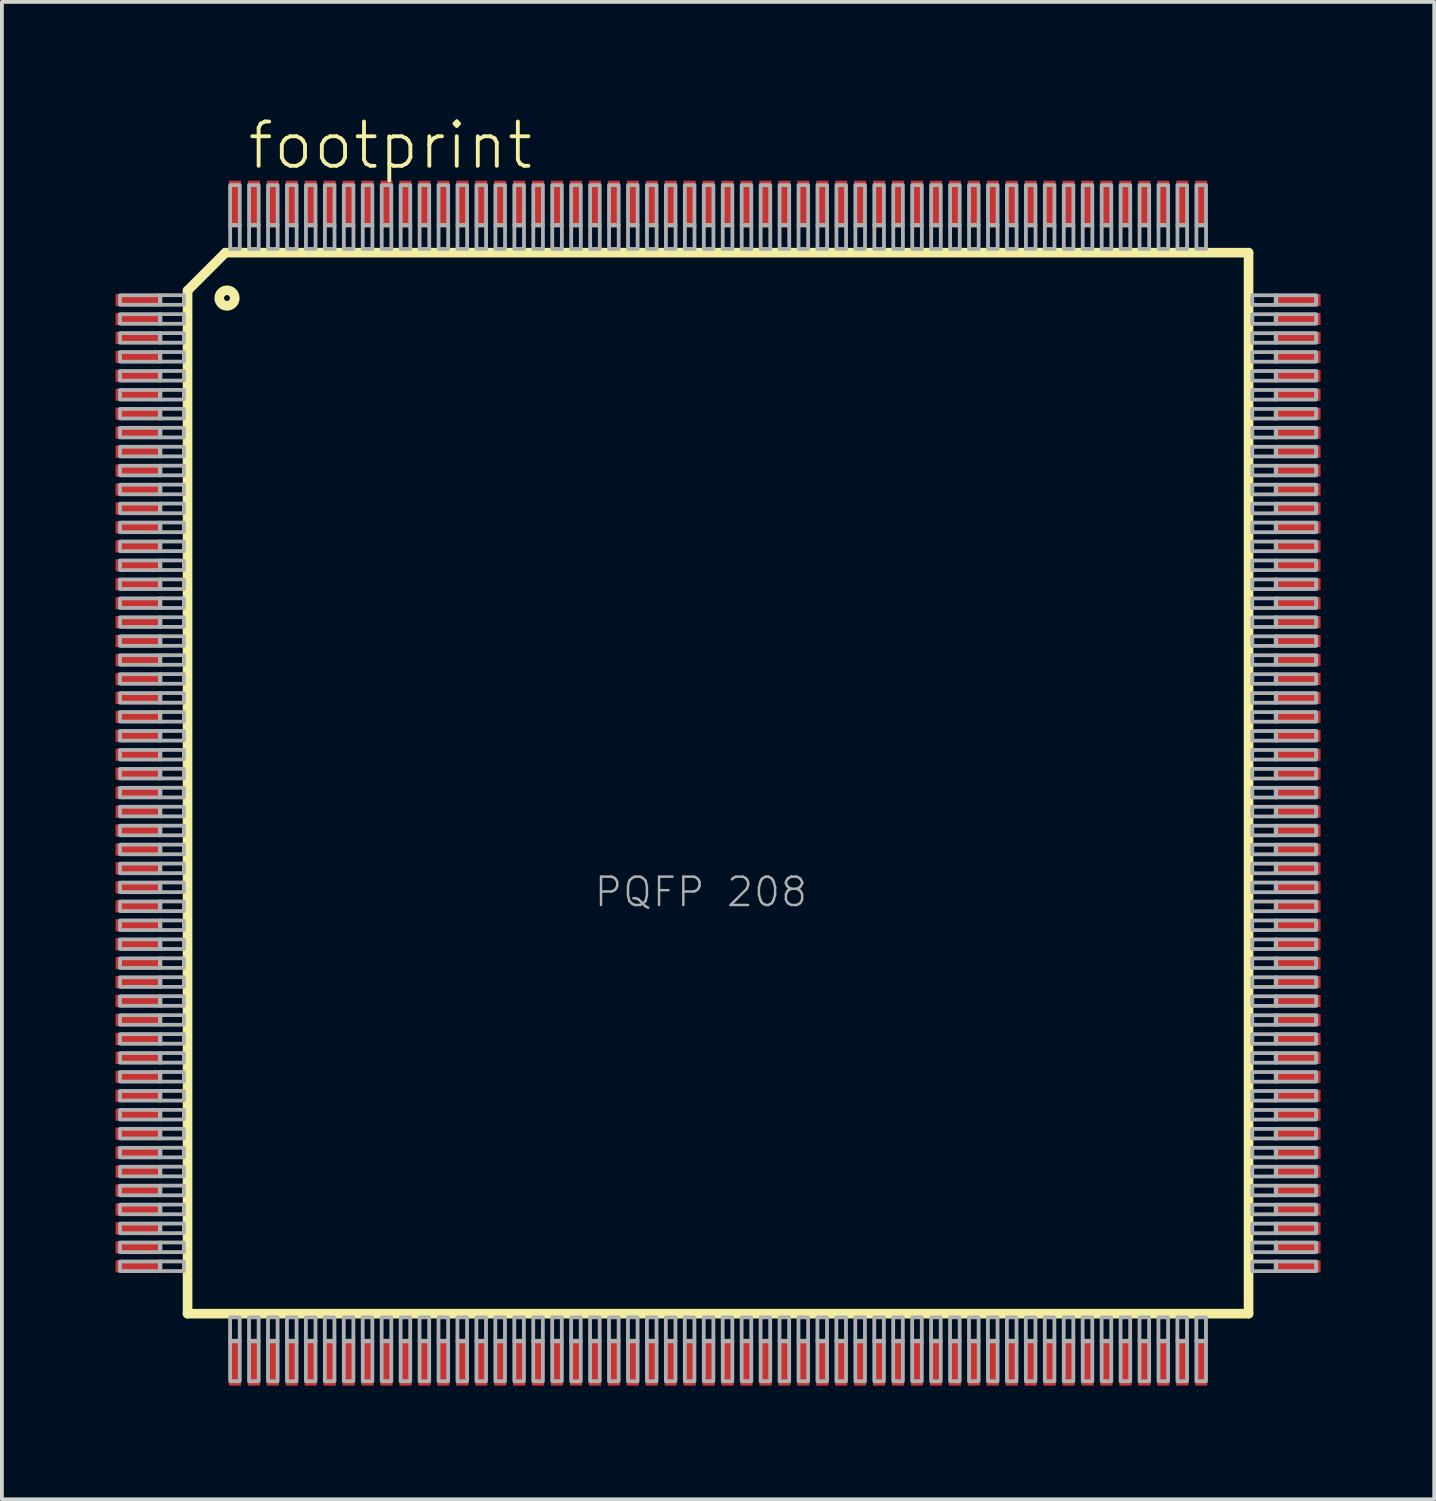
<source format=kicad_pcb>
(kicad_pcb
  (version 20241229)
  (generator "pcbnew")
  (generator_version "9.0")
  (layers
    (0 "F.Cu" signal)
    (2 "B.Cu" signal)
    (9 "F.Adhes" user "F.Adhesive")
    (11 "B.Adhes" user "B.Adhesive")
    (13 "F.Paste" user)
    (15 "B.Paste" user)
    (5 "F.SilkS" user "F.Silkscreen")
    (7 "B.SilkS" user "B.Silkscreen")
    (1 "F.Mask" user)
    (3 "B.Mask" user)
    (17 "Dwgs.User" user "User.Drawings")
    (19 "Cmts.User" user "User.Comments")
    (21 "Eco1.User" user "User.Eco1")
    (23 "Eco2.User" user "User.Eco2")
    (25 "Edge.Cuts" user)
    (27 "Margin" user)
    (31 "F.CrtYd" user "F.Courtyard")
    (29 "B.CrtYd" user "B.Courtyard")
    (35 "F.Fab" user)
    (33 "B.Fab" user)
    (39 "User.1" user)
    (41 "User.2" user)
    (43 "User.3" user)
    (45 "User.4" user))
  (footprint "footprint"
    (layer "F.Cu")
    (at 15.9 17.618)
    (property "Reference" "footprint" (at -12.47 -16.145 0) (layer "F.SilkS") (effects (font (size 1.168 1.168) (thickness 0.102)) (justify left bottom)))
    (fp_line (start -14 -13) (end -14 14) (stroke (width 0.254) (type solid)) (layer "F.SilkS"))
    (fp_line (start -14 14) (end 14 14) (stroke (width 0.254) (type solid)) (layer "F.SilkS"))
    (fp_line (start -13 -14) (end -14 -13) (stroke (width 0.254) (type solid)) (layer "F.SilkS"))
    (fp_line (start 14 -14) (end -13 -14) (stroke (width 0.254) (type solid)) (layer "F.SilkS"))
    (fp_line (start 14 14) (end 14 -14) (stroke (width 0.254) (type solid)) (layer "F.SilkS"))
    (fp_circle (center -12.959 -12.802) (end -12.754 -12.802) (stroke (width 0.254) (type solid)) (fill no) (layer "F.SilkS"))
    (fp_poly (pts (xy -15.783 -12.623) (xy -14.716 -12.623) (xy -14.716 -12.877) (xy -15.783 -12.877)) (stroke (width 0.1) (type solid)) (fill no) (layer "F.Fab"))
    (fp_poly (pts (xy -15.783 -12.123) (xy -14.716 -12.123) (xy -14.716 -12.377) (xy -15.783 -12.377)) (stroke (width 0.1) (type solid)) (fill no) (layer "F.Fab"))
    (fp_poly (pts (xy -15.783 -11.623) (xy -14.716 -11.623) (xy -14.716 -11.877) (xy -15.783 -11.877)) (stroke (width 0.1) (type solid)) (fill no) (layer "F.Fab"))
    (fp_poly (pts (xy -15.783 -11.123) (xy -14.716 -11.123) (xy -14.716 -11.377) (xy -15.783 -11.377)) (stroke (width 0.1) (type solid)) (fill no) (layer "F.Fab"))
    (fp_poly (pts (xy -15.783 -10.623) (xy -14.716 -10.623) (xy -14.716 -10.877) (xy -15.783 -10.877)) (stroke (width 0.1) (type solid)) (fill no) (layer "F.Fab"))
    (fp_poly (pts (xy -15.783 -10.123) (xy -14.716 -10.123) (xy -14.716 -10.377) (xy -15.783 -10.377)) (stroke (width 0.1) (type solid)) (fill no) (layer "F.Fab"))
    (fp_poly (pts (xy -15.783 -9.623) (xy -14.716 -9.623) (xy -14.716 -9.877) (xy -15.783 -9.877)) (stroke (width 0.1) (type solid)) (fill no) (layer "F.Fab"))
    (fp_poly (pts (xy -15.783 -9.123) (xy -14.716 -9.123) (xy -14.716 -9.377) (xy -15.783 -9.377)) (stroke (width 0.1) (type solid)) (fill no) (layer "F.Fab"))
    (fp_poly (pts (xy -15.783 -8.623) (xy -14.716 -8.623) (xy -14.716 -8.877) (xy -15.783 -8.877)) (stroke (width 0.1) (type solid)) (fill no) (layer "F.Fab"))
    (fp_poly (pts (xy -15.783 -8.123) (xy -14.716 -8.123) (xy -14.716 -8.377) (xy -15.783 -8.377)) (stroke (width 0.1) (type solid)) (fill no) (layer "F.Fab"))
    (fp_poly (pts (xy -15.783 -7.623) (xy -14.716 -7.623) (xy -14.716 -7.877) (xy -15.783 -7.877)) (stroke (width 0.1) (type solid)) (fill no) (layer "F.Fab"))
    (fp_poly (pts (xy -15.783 -7.123) (xy -14.716 -7.123) (xy -14.716 -7.377) (xy -15.783 -7.377)) (stroke (width 0.1) (type solid)) (fill no) (layer "F.Fab"))
    (fp_poly (pts (xy -15.783 -6.623) (xy -14.716 -6.623) (xy -14.716 -6.877) (xy -15.783 -6.877)) (stroke (width 0.1) (type solid)) (fill no) (layer "F.Fab"))
    (fp_poly (pts (xy -15.783 -6.123) (xy -14.716 -6.123) (xy -14.716 -6.377) (xy -15.783 -6.377)) (stroke (width 0.1) (type solid)) (fill no) (layer "F.Fab"))
    (fp_poly (pts (xy -15.783 -5.623) (xy -14.716 -5.623) (xy -14.716 -5.877) (xy -15.783 -5.877)) (stroke (width 0.1) (type solid)) (fill no) (layer "F.Fab"))
    (fp_poly (pts (xy -15.783 -5.123) (xy -14.716 -5.123) (xy -14.716 -5.377) (xy -15.783 -5.377)) (stroke (width 0.1) (type solid)) (fill no) (layer "F.Fab"))
    (fp_poly (pts (xy -15.783 -4.623) (xy -14.716 -4.623) (xy -14.716 -4.877) (xy -15.783 -4.877)) (stroke (width 0.1) (type solid)) (fill no) (layer "F.Fab"))
    (fp_poly (pts (xy -15.783 -4.123) (xy -14.716 -4.123) (xy -14.716 -4.377) (xy -15.783 -4.377)) (stroke (width 0.1) (type solid)) (fill no) (layer "F.Fab"))
    (fp_poly (pts (xy -15.783 -3.623) (xy -14.716 -3.623) (xy -14.716 -3.877) (xy -15.783 -3.877)) (stroke (width 0.1) (type solid)) (fill no) (layer "F.Fab"))
    (fp_poly (pts (xy -15.783 -3.123) (xy -14.716 -3.123) (xy -14.716 -3.377) (xy -15.783 -3.377)) (stroke (width 0.1) (type solid)) (fill no) (layer "F.Fab"))
    (fp_poly (pts (xy -15.783 -2.623) (xy -14.716 -2.623) (xy -14.716 -2.877) (xy -15.783 -2.877)) (stroke (width 0.1) (type solid)) (fill no) (layer "F.Fab"))
    (fp_poly (pts (xy -15.783 -2.123) (xy -14.716 -2.123) (xy -14.716 -2.377) (xy -15.783 -2.377)) (stroke (width 0.1) (type solid)) (fill no) (layer "F.Fab"))
    (fp_poly (pts (xy -15.783 -1.623) (xy -14.716 -1.623) (xy -14.716 -1.877) (xy -15.783 -1.877)) (stroke (width 0.1) (type solid)) (fill no) (layer "F.Fab"))
    (fp_poly (pts (xy -15.783 -1.123) (xy -14.716 -1.123) (xy -14.716 -1.377) (xy -15.783 -1.377)) (stroke (width 0.1) (type solid)) (fill no) (layer "F.Fab"))
    (fp_poly (pts (xy -15.783 -0.623) (xy -14.716 -0.623) (xy -14.716 -0.877) (xy -15.783 -0.877)) (stroke (width 0.1) (type solid)) (fill no) (layer "F.Fab"))
    (fp_poly (pts (xy -15.783 -0.123) (xy -14.716 -0.123) (xy -14.716 -0.377) (xy -15.783 -0.377)) (stroke (width 0.1) (type solid)) (fill no) (layer "F.Fab"))
    (fp_poly (pts (xy -15.783 0.377) (xy -14.716 0.377) (xy -14.716 0.123) (xy -15.783 0.123)) (stroke (width 0.1) (type solid)) (fill no) (layer "F.Fab"))
    (fp_poly (pts (xy -15.783 0.877) (xy -14.716 0.877) (xy -14.716 0.623) (xy -15.783 0.623)) (stroke (width 0.1) (type solid)) (fill no) (layer "F.Fab"))
    (fp_poly (pts (xy -15.783 1.377) (xy -14.716 1.377) (xy -14.716 1.123) (xy -15.783 1.123)) (stroke (width 0.1) (type solid)) (fill no) (layer "F.Fab"))
    (fp_poly (pts (xy -15.783 1.877) (xy -14.716 1.877) (xy -14.716 1.623) (xy -15.783 1.623)) (stroke (width 0.1) (type solid)) (fill no) (layer "F.Fab"))
    (fp_poly (pts (xy -15.783 2.377) (xy -14.716 2.377) (xy -14.716 2.123) (xy -15.783 2.123)) (stroke (width 0.1) (type solid)) (fill no) (layer "F.Fab"))
    (fp_poly (pts (xy -15.783 2.877) (xy -14.716 2.877) (xy -14.716 2.623) (xy -15.783 2.623)) (stroke (width 0.1) (type solid)) (fill no) (layer "F.Fab"))
    (fp_poly (pts (xy -15.783 3.377) (xy -14.716 3.377) (xy -14.716 3.123) (xy -15.783 3.123)) (stroke (width 0.1) (type solid)) (fill no) (layer "F.Fab"))
    (fp_poly (pts (xy -15.783 3.877) (xy -14.716 3.877) (xy -14.716 3.623) (xy -15.783 3.623)) (stroke (width 0.1) (type solid)) (fill no) (layer "F.Fab"))
    (fp_poly (pts (xy -15.783 4.377) (xy -14.716 4.377) (xy -14.716 4.123) (xy -15.783 4.123)) (stroke (width 0.1) (type solid)) (fill no) (layer "F.Fab"))
    (fp_poly (pts (xy -15.783 4.877) (xy -14.716 4.877) (xy -14.716 4.623) (xy -15.783 4.623)) (stroke (width 0.1) (type solid)) (fill no) (layer "F.Fab"))
    (fp_poly (pts (xy -15.783 5.377) (xy -14.716 5.377) (xy -14.716 5.123) (xy -15.783 5.123)) (stroke (width 0.1) (type solid)) (fill no) (layer "F.Fab"))
    (fp_poly (pts (xy -15.783 5.877) (xy -14.716 5.877) (xy -14.716 5.623) (xy -15.783 5.623)) (stroke (width 0.1) (type solid)) (fill no) (layer "F.Fab"))
    (fp_poly (pts (xy -15.783 6.377) (xy -14.716 6.377) (xy -14.716 6.123) (xy -15.783 6.123)) (stroke (width 0.1) (type solid)) (fill no) (layer "F.Fab"))
    (fp_poly (pts (xy -15.783 6.877) (xy -14.716 6.877) (xy -14.716 6.623) (xy -15.783 6.623)) (stroke (width 0.1) (type solid)) (fill no) (layer "F.Fab"))
    (fp_poly (pts (xy -15.783 7.377) (xy -14.716 7.377) (xy -14.716 7.123) (xy -15.783 7.123)) (stroke (width 0.1) (type solid)) (fill no) (layer "F.Fab"))
    (fp_poly (pts (xy -15.783 7.877) (xy -14.716 7.877) (xy -14.716 7.623) (xy -15.783 7.623)) (stroke (width 0.1) (type solid)) (fill no) (layer "F.Fab"))
    (fp_poly (pts (xy -15.783 8.377) (xy -14.716 8.377) (xy -14.716 8.123) (xy -15.783 8.123)) (stroke (width 0.1) (type solid)) (fill no) (layer "F.Fab"))
    (fp_poly (pts (xy -15.783 8.877) (xy -14.716 8.877) (xy -14.716 8.623) (xy -15.783 8.623)) (stroke (width 0.1) (type solid)) (fill no) (layer "F.Fab"))
    (fp_poly (pts (xy -15.783 9.377) (xy -14.716 9.377) (xy -14.716 9.123) (xy -15.783 9.123)) (stroke (width 0.1) (type solid)) (fill no) (layer "F.Fab"))
    (fp_poly (pts (xy -15.783 9.877) (xy -14.716 9.877) (xy -14.716 9.623) (xy -15.783 9.623)) (stroke (width 0.1) (type solid)) (fill no) (layer "F.Fab"))
    (fp_poly (pts (xy -15.783 10.377) (xy -14.716 10.377) (xy -14.716 10.123) (xy -15.783 10.123)) (stroke (width 0.1) (type solid)) (fill no) (layer "F.Fab"))
    (fp_poly (pts (xy -15.783 10.877) (xy -14.716 10.877) (xy -14.716 10.623) (xy -15.783 10.623)) (stroke (width 0.1) (type solid)) (fill no) (layer "F.Fab"))
    (fp_poly (pts (xy -15.783 11.377) (xy -14.716 11.377) (xy -14.716 11.123) (xy -15.783 11.123)) (stroke (width 0.1) (type solid)) (fill no) (layer "F.Fab"))
    (fp_poly (pts (xy -15.783 11.877) (xy -14.716 11.877) (xy -14.716 11.623) (xy -15.783 11.623)) (stroke (width 0.1) (type solid)) (fill no) (layer "F.Fab"))
    (fp_poly (pts (xy -15.783 12.377) (xy -14.716 12.377) (xy -14.716 12.123) (xy -15.783 12.123)) (stroke (width 0.1) (type solid)) (fill no) (layer "F.Fab"))
    (fp_poly (pts (xy -15.783 12.877) (xy -14.716 12.877) (xy -14.716 12.623) (xy -15.783 12.623)) (stroke (width 0.1) (type solid)) (fill no) (layer "F.Fab"))
    (fp_poly (pts (xy -14.732 -12.624) (xy -14.097 -12.624) (xy -14.097 -12.878) (xy -14.732 -12.878)) (stroke (width 0.1) (type solid)) (fill no) (layer "F.Fab"))
    (fp_poly (pts (xy -14.732 -12.124) (xy -14.097 -12.124) (xy -14.097 -12.378) (xy -14.732 -12.378)) (stroke (width 0.1) (type solid)) (fill no) (layer "F.Fab"))
    (fp_poly (pts (xy -14.732 -11.624) (xy -14.097 -11.624) (xy -14.097 -11.878) (xy -14.732 -11.878)) (stroke (width 0.1) (type solid)) (fill no) (layer "F.Fab"))
    (fp_poly (pts (xy -14.732 -11.124) (xy -14.097 -11.124) (xy -14.097 -11.378) (xy -14.732 -11.378)) (stroke (width 0.1) (type solid)) (fill no) (layer "F.Fab"))
    (fp_poly (pts (xy -14.732 -10.624) (xy -14.097 -10.624) (xy -14.097 -10.878) (xy -14.732 -10.878)) (stroke (width 0.1) (type solid)) (fill no) (layer "F.Fab"))
    (fp_poly (pts (xy -14.732 -10.124) (xy -14.097 -10.124) (xy -14.097 -10.378) (xy -14.732 -10.378)) (stroke (width 0.1) (type solid)) (fill no) (layer "F.Fab"))
    (fp_poly (pts (xy -14.732 -9.624) (xy -14.097 -9.624) (xy -14.097 -9.878) (xy -14.732 -9.878)) (stroke (width 0.1) (type solid)) (fill no) (layer "F.Fab"))
    (fp_poly (pts (xy -14.732 -9.124) (xy -14.097 -9.124) (xy -14.097 -9.378) (xy -14.732 -9.378)) (stroke (width 0.1) (type solid)) (fill no) (layer "F.Fab"))
    (fp_poly (pts (xy -14.732 -8.624) (xy -14.097 -8.624) (xy -14.097 -8.878) (xy -14.732 -8.878)) (stroke (width 0.1) (type solid)) (fill no) (layer "F.Fab"))
    (fp_poly (pts (xy -14.732 -8.124) (xy -14.097 -8.124) (xy -14.097 -8.378) (xy -14.732 -8.378)) (stroke (width 0.1) (type solid)) (fill no) (layer "F.Fab"))
    (fp_poly (pts (xy -14.732 -7.624) (xy -14.097 -7.624) (xy -14.097 -7.878) (xy -14.732 -7.878)) (stroke (width 0.1) (type solid)) (fill no) (layer "F.Fab"))
    (fp_poly (pts (xy -14.732 -7.124) (xy -14.097 -7.124) (xy -14.097 -7.378) (xy -14.732 -7.378)) (stroke (width 0.1) (type solid)) (fill no) (layer "F.Fab"))
    (fp_poly (pts (xy -14.732 -6.624) (xy -14.097 -6.624) (xy -14.097 -6.878) (xy -14.732 -6.878)) (stroke (width 0.1) (type solid)) (fill no) (layer "F.Fab"))
    (fp_poly (pts (xy -14.732 -6.124) (xy -14.097 -6.124) (xy -14.097 -6.378) (xy -14.732 -6.378)) (stroke (width 0.1) (type solid)) (fill no) (layer "F.Fab"))
    (fp_poly (pts (xy -14.732 -5.624) (xy -14.097 -5.624) (xy -14.097 -5.878) (xy -14.732 -5.878)) (stroke (width 0.1) (type solid)) (fill no) (layer "F.Fab"))
    (fp_poly (pts (xy -14.732 -5.124) (xy -14.097 -5.124) (xy -14.097 -5.378) (xy -14.732 -5.378)) (stroke (width 0.1) (type solid)) (fill no) (layer "F.Fab"))
    (fp_poly (pts (xy -14.732 -4.624) (xy -14.097 -4.624) (xy -14.097 -4.878) (xy -14.732 -4.878)) (stroke (width 0.1) (type solid)) (fill no) (layer "F.Fab"))
    (fp_poly (pts (xy -14.732 -4.124) (xy -14.097 -4.124) (xy -14.097 -4.378) (xy -14.732 -4.378)) (stroke (width 0.1) (type solid)) (fill no) (layer "F.Fab"))
    (fp_poly (pts (xy -14.732 -3.624) (xy -14.097 -3.624) (xy -14.097 -3.878) (xy -14.732 -3.878)) (stroke (width 0.1) (type solid)) (fill no) (layer "F.Fab"))
    (fp_poly (pts (xy -14.732 -3.124) (xy -14.097 -3.124) (xy -14.097 -3.378) (xy -14.732 -3.378)) (stroke (width 0.1) (type solid)) (fill no) (layer "F.Fab"))
    (fp_poly (pts (xy -14.732 -2.624) (xy -14.097 -2.624) (xy -14.097 -2.878) (xy -14.732 -2.878)) (stroke (width 0.1) (type solid)) (fill no) (layer "F.Fab"))
    (fp_poly (pts (xy -14.732 -2.124) (xy -14.097 -2.124) (xy -14.097 -2.378) (xy -14.732 -2.378)) (stroke (width 0.1) (type solid)) (fill no) (layer "F.Fab"))
    (fp_poly (pts (xy -14.732 -1.624) (xy -14.097 -1.624) (xy -14.097 -1.878) (xy -14.732 -1.878)) (stroke (width 0.1) (type solid)) (fill no) (layer "F.Fab"))
    (fp_poly (pts (xy -14.732 -1.124) (xy -14.097 -1.124) (xy -14.097 -1.378) (xy -14.732 -1.378)) (stroke (width 0.1) (type solid)) (fill no) (layer "F.Fab"))
    (fp_poly (pts (xy -14.732 -0.624) (xy -14.097 -0.624) (xy -14.097 -0.878) (xy -14.732 -0.878)) (stroke (width 0.1) (type solid)) (fill no) (layer "F.Fab"))
    (fp_poly (pts (xy -14.732 -0.124) (xy -14.097 -0.124) (xy -14.097 -0.378) (xy -14.732 -0.378)) (stroke (width 0.1) (type solid)) (fill no) (layer "F.Fab"))
    (fp_poly (pts (xy -14.732 0.376) (xy -14.097 0.376) (xy -14.097 0.122) (xy -14.732 0.122)) (stroke (width 0.1) (type solid)) (fill no) (layer "F.Fab"))
    (fp_poly (pts (xy -14.732 0.876) (xy -14.097 0.876) (xy -14.097 0.622) (xy -14.732 0.622)) (stroke (width 0.1) (type solid)) (fill no) (layer "F.Fab"))
    (fp_poly (pts (xy -14.732 1.376) (xy -14.097 1.376) (xy -14.097 1.122) (xy -14.732 1.122)) (stroke (width 0.1) (type solid)) (fill no) (layer "F.Fab"))
    (fp_poly (pts (xy -14.732 1.876) (xy -14.097 1.876) (xy -14.097 1.622) (xy -14.732 1.622)) (stroke (width 0.1) (type solid)) (fill no) (layer "F.Fab"))
    (fp_poly (pts (xy -14.732 2.376) (xy -14.097 2.376) (xy -14.097 2.122) (xy -14.732 2.122)) (stroke (width 0.1) (type solid)) (fill no) (layer "F.Fab"))
    (fp_poly (pts (xy -14.732 2.876) (xy -14.097 2.876) (xy -14.097 2.622) (xy -14.732 2.622)) (stroke (width 0.1) (type solid)) (fill no) (layer "F.Fab"))
    (fp_poly (pts (xy -14.732 3.376) (xy -14.097 3.376) (xy -14.097 3.122) (xy -14.732 3.122)) (stroke (width 0.1) (type solid)) (fill no) (layer "F.Fab"))
    (fp_poly (pts (xy -14.732 3.876) (xy -14.097 3.876) (xy -14.097 3.622) (xy -14.732 3.622)) (stroke (width 0.1) (type solid)) (fill no) (layer "F.Fab"))
    (fp_poly (pts (xy -14.732 4.376) (xy -14.097 4.376) (xy -14.097 4.122) (xy -14.732 4.122)) (stroke (width 0.1) (type solid)) (fill no) (layer "F.Fab"))
    (fp_poly (pts (xy -14.732 4.876) (xy -14.097 4.876) (xy -14.097 4.622) (xy -14.732 4.622)) (stroke (width 0.1) (type solid)) (fill no) (layer "F.Fab"))
    (fp_poly (pts (xy -14.732 5.376) (xy -14.097 5.376) (xy -14.097 5.122) (xy -14.732 5.122)) (stroke (width 0.1) (type solid)) (fill no) (layer "F.Fab"))
    (fp_poly (pts (xy -14.732 5.876) (xy -14.097 5.876) (xy -14.097 5.622) (xy -14.732 5.622)) (stroke (width 0.1) (type solid)) (fill no) (layer "F.Fab"))
    (fp_poly (pts (xy -14.732 6.376) (xy -14.097 6.376) (xy -14.097 6.122) (xy -14.732 6.122)) (stroke (width 0.1) (type solid)) (fill no) (layer "F.Fab"))
    (fp_poly (pts (xy -14.732 6.876) (xy -14.097 6.876) (xy -14.097 6.622) (xy -14.732 6.622)) (stroke (width 0.1) (type solid)) (fill no) (layer "F.Fab"))
    (fp_poly (pts (xy -14.732 7.376) (xy -14.097 7.376) (xy -14.097 7.122) (xy -14.732 7.122)) (stroke (width 0.1) (type solid)) (fill no) (layer "F.Fab"))
    (fp_poly (pts (xy -14.732 7.876) (xy -14.097 7.876) (xy -14.097 7.622) (xy -14.732 7.622)) (stroke (width 0.1) (type solid)) (fill no) (layer "F.Fab"))
    (fp_poly (pts (xy -14.732 8.376) (xy -14.097 8.376) (xy -14.097 8.122) (xy -14.732 8.122)) (stroke (width 0.1) (type solid)) (fill no) (layer "F.Fab"))
    (fp_poly (pts (xy -14.732 8.876) (xy -14.097 8.876) (xy -14.097 8.622) (xy -14.732 8.622)) (stroke (width 0.1) (type solid)) (fill no) (layer "F.Fab"))
    (fp_poly (pts (xy -14.732 9.376) (xy -14.097 9.376) (xy -14.097 9.122) (xy -14.732 9.122)) (stroke (width 0.1) (type solid)) (fill no) (layer "F.Fab"))
    (fp_poly (pts (xy -14.732 9.876) (xy -14.097 9.876) (xy -14.097 9.622) (xy -14.732 9.622)) (stroke (width 0.1) (type solid)) (fill no) (layer "F.Fab"))
    (fp_poly (pts (xy -14.732 10.376) (xy -14.097 10.376) (xy -14.097 10.122) (xy -14.732 10.122)) (stroke (width 0.1) (type solid)) (fill no) (layer "F.Fab"))
    (fp_poly (pts (xy -14.732 10.876) (xy -14.097 10.876) (xy -14.097 10.622) (xy -14.732 10.622)) (stroke (width 0.1) (type solid)) (fill no) (layer "F.Fab"))
    (fp_poly (pts (xy -14.732 11.376) (xy -14.097 11.376) (xy -14.097 11.122) (xy -14.732 11.122)) (stroke (width 0.1) (type solid)) (fill no) (layer "F.Fab"))
    (fp_poly (pts (xy -14.732 11.876) (xy -14.097 11.876) (xy -14.097 11.622) (xy -14.732 11.622)) (stroke (width 0.1) (type solid)) (fill no) (layer "F.Fab"))
    (fp_poly (pts (xy -14.732 12.376) (xy -14.097 12.376) (xy -14.097 12.122) (xy -14.732 12.122)) (stroke (width 0.1) (type solid)) (fill no) (layer "F.Fab"))
    (fp_poly (pts (xy -14.732 12.876) (xy -14.097 12.876) (xy -14.097 12.622) (xy -14.732 12.622)) (stroke (width 0.1) (type solid)) (fill no) (layer "F.Fab"))
    (fp_poly (pts (xy -12.878 14.732) (xy -12.624 14.732) (xy -12.624 14.097) (xy -12.878 14.097)) (stroke (width 0.1) (type solid)) (fill no) (layer "F.Fab"))
    (fp_poly (pts (xy -12.877 -14.716) (xy -12.623 -14.716) (xy -12.623 -15.783) (xy -12.877 -15.783)) (stroke (width 0.1) (type solid)) (fill no) (layer "F.Fab"))
    (fp_poly (pts (xy -12.877 15.783) (xy -12.623 15.783) (xy -12.623 14.716) (xy -12.877 14.716)) (stroke (width 0.1) (type solid)) (fill no) (layer "F.Fab"))
    (fp_poly (pts (xy -12.876 -14.097) (xy -12.622 -14.097) (xy -12.622 -14.732) (xy -12.876 -14.732)) (stroke (width 0.1) (type solid)) (fill no) (layer "F.Fab"))
    (fp_poly (pts (xy -12.378 14.732) (xy -12.124 14.732) (xy -12.124 14.097) (xy -12.378 14.097)) (stroke (width 0.1) (type solid)) (fill no) (layer "F.Fab"))
    (fp_poly (pts (xy -12.377 -14.716) (xy -12.123 -14.716) (xy -12.123 -15.783) (xy -12.377 -15.783)) (stroke (width 0.1) (type solid)) (fill no) (layer "F.Fab"))
    (fp_poly (pts (xy -12.377 15.783) (xy -12.123 15.783) (xy -12.123 14.716) (xy -12.377 14.716)) (stroke (width 0.1) (type solid)) (fill no) (layer "F.Fab"))
    (fp_poly (pts (xy -12.376 -14.097) (xy -12.122 -14.097) (xy -12.122 -14.732) (xy -12.376 -14.732)) (stroke (width 0.1) (type solid)) (fill no) (layer "F.Fab"))
    (fp_poly (pts (xy -11.878 14.732) (xy -11.624 14.732) (xy -11.624 14.097) (xy -11.878 14.097)) (stroke (width 0.1) (type solid)) (fill no) (layer "F.Fab"))
    (fp_poly (pts (xy -11.877 -14.716) (xy -11.623 -14.716) (xy -11.623 -15.783) (xy -11.877 -15.783)) (stroke (width 0.1) (type solid)) (fill no) (layer "F.Fab"))
    (fp_poly (pts (xy -11.877 15.783) (xy -11.623 15.783) (xy -11.623 14.716) (xy -11.877 14.716)) (stroke (width 0.1) (type solid)) (fill no) (layer "F.Fab"))
    (fp_poly (pts (xy -11.876 -14.097) (xy -11.622 -14.097) (xy -11.622 -14.732) (xy -11.876 -14.732)) (stroke (width 0.1) (type solid)) (fill no) (layer "F.Fab"))
    (fp_poly (pts (xy -11.378 14.732) (xy -11.124 14.732) (xy -11.124 14.097) (xy -11.378 14.097)) (stroke (width 0.1) (type solid)) (fill no) (layer "F.Fab"))
    (fp_poly (pts (xy -11.377 -14.716) (xy -11.123 -14.716) (xy -11.123 -15.783) (xy -11.377 -15.783)) (stroke (width 0.1) (type solid)) (fill no) (layer "F.Fab"))
    (fp_poly (pts (xy -11.377 15.783) (xy -11.123 15.783) (xy -11.123 14.716) (xy -11.377 14.716)) (stroke (width 0.1) (type solid)) (fill no) (layer "F.Fab"))
    (fp_poly (pts (xy -11.376 -14.097) (xy -11.122 -14.097) (xy -11.122 -14.732) (xy -11.376 -14.732)) (stroke (width 0.1) (type solid)) (fill no) (layer "F.Fab"))
    (fp_poly (pts (xy -10.878 14.732) (xy -10.624 14.732) (xy -10.624 14.097) (xy -10.878 14.097)) (stroke (width 0.1) (type solid)) (fill no) (layer "F.Fab"))
    (fp_poly (pts (xy -10.877 -14.716) (xy -10.623 -14.716) (xy -10.623 -15.783) (xy -10.877 -15.783)) (stroke (width 0.1) (type solid)) (fill no) (layer "F.Fab"))
    (fp_poly (pts (xy -10.877 15.783) (xy -10.623 15.783) (xy -10.623 14.716) (xy -10.877 14.716)) (stroke (width 0.1) (type solid)) (fill no) (layer "F.Fab"))
    (fp_poly (pts (xy -10.876 -14.097) (xy -10.622 -14.097) (xy -10.622 -14.732) (xy -10.876 -14.732)) (stroke (width 0.1) (type solid)) (fill no) (layer "F.Fab"))
    (fp_poly (pts (xy -10.378 14.732) (xy -10.124 14.732) (xy -10.124 14.097) (xy -10.378 14.097)) (stroke (width 0.1) (type solid)) (fill no) (layer "F.Fab"))
    (fp_poly (pts (xy -10.377 -14.716) (xy -10.123 -14.716) (xy -10.123 -15.783) (xy -10.377 -15.783)) (stroke (width 0.1) (type solid)) (fill no) (layer "F.Fab"))
    (fp_poly (pts (xy -10.377 15.783) (xy -10.123 15.783) (xy -10.123 14.716) (xy -10.377 14.716)) (stroke (width 0.1) (type solid)) (fill no) (layer "F.Fab"))
    (fp_poly (pts (xy -10.376 -14.097) (xy -10.122 -14.097) (xy -10.122 -14.732) (xy -10.376 -14.732)) (stroke (width 0.1) (type solid)) (fill no) (layer "F.Fab"))
    (fp_poly (pts (xy -9.878 14.732) (xy -9.624 14.732) (xy -9.624 14.097) (xy -9.878 14.097)) (stroke (width 0.1) (type solid)) (fill no) (layer "F.Fab"))
    (fp_poly (pts (xy -9.877 -14.716) (xy -9.623 -14.716) (xy -9.623 -15.783) (xy -9.877 -15.783)) (stroke (width 0.1) (type solid)) (fill no) (layer "F.Fab"))
    (fp_poly (pts (xy -9.877 15.783) (xy -9.623 15.783) (xy -9.623 14.716) (xy -9.877 14.716)) (stroke (width 0.1) (type solid)) (fill no) (layer "F.Fab"))
    (fp_poly (pts (xy -9.876 -14.097) (xy -9.622 -14.097) (xy -9.622 -14.732) (xy -9.876 -14.732)) (stroke (width 0.1) (type solid)) (fill no) (layer "F.Fab"))
    (fp_poly (pts (xy -9.378 14.732) (xy -9.124 14.732) (xy -9.124 14.097) (xy -9.378 14.097)) (stroke (width 0.1) (type solid)) (fill no) (layer "F.Fab"))
    (fp_poly (pts (xy -9.377 -14.716) (xy -9.123 -14.716) (xy -9.123 -15.783) (xy -9.377 -15.783)) (stroke (width 0.1) (type solid)) (fill no) (layer "F.Fab"))
    (fp_poly (pts (xy -9.377 15.783) (xy -9.123 15.783) (xy -9.123 14.716) (xy -9.377 14.716)) (stroke (width 0.1) (type solid)) (fill no) (layer "F.Fab"))
    (fp_poly (pts (xy -9.376 -14.097) (xy -9.122 -14.097) (xy -9.122 -14.732) (xy -9.376 -14.732)) (stroke (width 0.1) (type solid)) (fill no) (layer "F.Fab"))
    (fp_poly (pts (xy -8.878 14.732) (xy -8.624 14.732) (xy -8.624 14.097) (xy -8.878 14.097)) (stroke (width 0.1) (type solid)) (fill no) (layer "F.Fab"))
    (fp_poly (pts (xy -8.877 -14.716) (xy -8.623 -14.716) (xy -8.623 -15.783) (xy -8.877 -15.783)) (stroke (width 0.1) (type solid)) (fill no) (layer "F.Fab"))
    (fp_poly (pts (xy -8.877 15.783) (xy -8.623 15.783) (xy -8.623 14.716) (xy -8.877 14.716)) (stroke (width 0.1) (type solid)) (fill no) (layer "F.Fab"))
    (fp_poly (pts (xy -8.876 -14.097) (xy -8.622 -14.097) (xy -8.622 -14.732) (xy -8.876 -14.732)) (stroke (width 0.1) (type solid)) (fill no) (layer "F.Fab"))
    (fp_poly (pts (xy -8.378 14.732) (xy -8.124 14.732) (xy -8.124 14.097) (xy -8.378 14.097)) (stroke (width 0.1) (type solid)) (fill no) (layer "F.Fab"))
    (fp_poly (pts (xy -8.377 -14.716) (xy -8.123 -14.716) (xy -8.123 -15.783) (xy -8.377 -15.783)) (stroke (width 0.1) (type solid)) (fill no) (layer "F.Fab"))
    (fp_poly (pts (xy -8.377 15.783) (xy -8.123 15.783) (xy -8.123 14.716) (xy -8.377 14.716)) (stroke (width 0.1) (type solid)) (fill no) (layer "F.Fab"))
    (fp_poly (pts (xy -8.376 -14.097) (xy -8.122 -14.097) (xy -8.122 -14.732) (xy -8.376 -14.732)) (stroke (width 0.1) (type solid)) (fill no) (layer "F.Fab"))
    (fp_poly (pts (xy -7.878 14.732) (xy -7.624 14.732) (xy -7.624 14.097) (xy -7.878 14.097)) (stroke (width 0.1) (type solid)) (fill no) (layer "F.Fab"))
    (fp_poly (pts (xy -7.877 -14.716) (xy -7.623 -14.716) (xy -7.623 -15.783) (xy -7.877 -15.783)) (stroke (width 0.1) (type solid)) (fill no) (layer "F.Fab"))
    (fp_poly (pts (xy -7.877 15.783) (xy -7.623 15.783) (xy -7.623 14.716) (xy -7.877 14.716)) (stroke (width 0.1) (type solid)) (fill no) (layer "F.Fab"))
    (fp_poly (pts (xy -7.876 -14.097) (xy -7.622 -14.097) (xy -7.622 -14.732) (xy -7.876 -14.732)) (stroke (width 0.1) (type solid)) (fill no) (layer "F.Fab"))
    (fp_poly (pts (xy -7.378 14.732) (xy -7.124 14.732) (xy -7.124 14.097) (xy -7.378 14.097)) (stroke (width 0.1) (type solid)) (fill no) (layer "F.Fab"))
    (fp_poly (pts (xy -7.377 -14.716) (xy -7.123 -14.716) (xy -7.123 -15.783) (xy -7.377 -15.783)) (stroke (width 0.1) (type solid)) (fill no) (layer "F.Fab"))
    (fp_poly (pts (xy -7.377 15.783) (xy -7.123 15.783) (xy -7.123 14.716) (xy -7.377 14.716)) (stroke (width 0.1) (type solid)) (fill no) (layer "F.Fab"))
    (fp_poly (pts (xy -7.376 -14.097) (xy -7.122 -14.097) (xy -7.122 -14.732) (xy -7.376 -14.732)) (stroke (width 0.1) (type solid)) (fill no) (layer "F.Fab"))
    (fp_poly (pts (xy -6.878 14.732) (xy -6.624 14.732) (xy -6.624 14.097) (xy -6.878 14.097)) (stroke (width 0.1) (type solid)) (fill no) (layer "F.Fab"))
    (fp_poly (pts (xy -6.877 -14.716) (xy -6.623 -14.716) (xy -6.623 -15.783) (xy -6.877 -15.783)) (stroke (width 0.1) (type solid)) (fill no) (layer "F.Fab"))
    (fp_poly (pts (xy -6.877 15.783) (xy -6.623 15.783) (xy -6.623 14.716) (xy -6.877 14.716)) (stroke (width 0.1) (type solid)) (fill no) (layer "F.Fab"))
    (fp_poly (pts (xy -6.876 -14.097) (xy -6.622 -14.097) (xy -6.622 -14.732) (xy -6.876 -14.732)) (stroke (width 0.1) (type solid)) (fill no) (layer "F.Fab"))
    (fp_poly (pts (xy -6.378 14.732) (xy -6.124 14.732) (xy -6.124 14.097) (xy -6.378 14.097)) (stroke (width 0.1) (type solid)) (fill no) (layer "F.Fab"))
    (fp_poly (pts (xy -6.377 -14.716) (xy -6.123 -14.716) (xy -6.123 -15.783) (xy -6.377 -15.783)) (stroke (width 0.1) (type solid)) (fill no) (layer "F.Fab"))
    (fp_poly (pts (xy -6.377 15.783) (xy -6.123 15.783) (xy -6.123 14.716) (xy -6.377 14.716)) (stroke (width 0.1) (type solid)) (fill no) (layer "F.Fab"))
    (fp_poly (pts (xy -6.376 -14.097) (xy -6.122 -14.097) (xy -6.122 -14.732) (xy -6.376 -14.732)) (stroke (width 0.1) (type solid)) (fill no) (layer "F.Fab"))
    (fp_poly (pts (xy -5.878 14.732) (xy -5.624 14.732) (xy -5.624 14.097) (xy -5.878 14.097)) (stroke (width 0.1) (type solid)) (fill no) (layer "F.Fab"))
    (fp_poly (pts (xy -5.877 -14.716) (xy -5.623 -14.716) (xy -5.623 -15.783) (xy -5.877 -15.783)) (stroke (width 0.1) (type solid)) (fill no) (layer "F.Fab"))
    (fp_poly (pts (xy -5.877 15.783) (xy -5.623 15.783) (xy -5.623 14.716) (xy -5.877 14.716)) (stroke (width 0.1) (type solid)) (fill no) (layer "F.Fab"))
    (fp_poly (pts (xy -5.876 -14.097) (xy -5.622 -14.097) (xy -5.622 -14.732) (xy -5.876 -14.732)) (stroke (width 0.1) (type solid)) (fill no) (layer "F.Fab"))
    (fp_poly (pts (xy -5.378 14.732) (xy -5.124 14.732) (xy -5.124 14.097) (xy -5.378 14.097)) (stroke (width 0.1) (type solid)) (fill no) (layer "F.Fab"))
    (fp_poly (pts (xy -5.377 -14.716) (xy -5.123 -14.716) (xy -5.123 -15.783) (xy -5.377 -15.783)) (stroke (width 0.1) (type solid)) (fill no) (layer "F.Fab"))
    (fp_poly (pts (xy -5.377 15.783) (xy -5.123 15.783) (xy -5.123 14.716) (xy -5.377 14.716)) (stroke (width 0.1) (type solid)) (fill no) (layer "F.Fab"))
    (fp_poly (pts (xy -5.376 -14.097) (xy -5.122 -14.097) (xy -5.122 -14.732) (xy -5.376 -14.732)) (stroke (width 0.1) (type solid)) (fill no) (layer "F.Fab"))
    (fp_poly (pts (xy -4.878 14.732) (xy -4.624 14.732) (xy -4.624 14.097) (xy -4.878 14.097)) (stroke (width 0.1) (type solid)) (fill no) (layer "F.Fab"))
    (fp_poly (pts (xy -4.877 -14.716) (xy -4.623 -14.716) (xy -4.623 -15.783) (xy -4.877 -15.783)) (stroke (width 0.1) (type solid)) (fill no) (layer "F.Fab"))
    (fp_poly (pts (xy -4.877 15.783) (xy -4.623 15.783) (xy -4.623 14.716) (xy -4.877 14.716)) (stroke (width 0.1) (type solid)) (fill no) (layer "F.Fab"))
    (fp_poly (pts (xy -4.876 -14.097) (xy -4.622 -14.097) (xy -4.622 -14.732) (xy -4.876 -14.732)) (stroke (width 0.1) (type solid)) (fill no) (layer "F.Fab"))
    (fp_poly (pts (xy -4.378 14.732) (xy -4.124 14.732) (xy -4.124 14.097) (xy -4.378 14.097)) (stroke (width 0.1) (type solid)) (fill no) (layer "F.Fab"))
    (fp_poly (pts (xy -4.377 -14.716) (xy -4.123 -14.716) (xy -4.123 -15.783) (xy -4.377 -15.783)) (stroke (width 0.1) (type solid)) (fill no) (layer "F.Fab"))
    (fp_poly (pts (xy -4.377 15.783) (xy -4.123 15.783) (xy -4.123 14.716) (xy -4.377 14.716)) (stroke (width 0.1) (type solid)) (fill no) (layer "F.Fab"))
    (fp_poly (pts (xy -4.376 -14.097) (xy -4.122 -14.097) (xy -4.122 -14.732) (xy -4.376 -14.732)) (stroke (width 0.1) (type solid)) (fill no) (layer "F.Fab"))
    (fp_poly (pts (xy -3.878 14.732) (xy -3.624 14.732) (xy -3.624 14.097) (xy -3.878 14.097)) (stroke (width 0.1) (type solid)) (fill no) (layer "F.Fab"))
    (fp_poly (pts (xy -3.877 -14.716) (xy -3.623 -14.716) (xy -3.623 -15.783) (xy -3.877 -15.783)) (stroke (width 0.1) (type solid)) (fill no) (layer "F.Fab"))
    (fp_poly (pts (xy -3.877 15.783) (xy -3.623 15.783) (xy -3.623 14.716) (xy -3.877 14.716)) (stroke (width 0.1) (type solid)) (fill no) (layer "F.Fab"))
    (fp_poly (pts (xy -3.876 -14.097) (xy -3.622 -14.097) (xy -3.622 -14.732) (xy -3.876 -14.732)) (stroke (width 0.1) (type solid)) (fill no) (layer "F.Fab"))
    (fp_poly (pts (xy -3.378 14.732) (xy -3.124 14.732) (xy -3.124 14.097) (xy -3.378 14.097)) (stroke (width 0.1) (type solid)) (fill no) (layer "F.Fab"))
    (fp_poly (pts (xy -3.377 -14.716) (xy -3.123 -14.716) (xy -3.123 -15.783) (xy -3.377 -15.783)) (stroke (width 0.1) (type solid)) (fill no) (layer "F.Fab"))
    (fp_poly (pts (xy -3.377 15.783) (xy -3.123 15.783) (xy -3.123 14.716) (xy -3.377 14.716)) (stroke (width 0.1) (type solid)) (fill no) (layer "F.Fab"))
    (fp_poly (pts (xy -3.376 -14.097) (xy -3.122 -14.097) (xy -3.122 -14.732) (xy -3.376 -14.732)) (stroke (width 0.1) (type solid)) (fill no) (layer "F.Fab"))
    (fp_poly (pts (xy -2.878 14.732) (xy -2.624 14.732) (xy -2.624 14.097) (xy -2.878 14.097)) (stroke (width 0.1) (type solid)) (fill no) (layer "F.Fab"))
    (fp_poly (pts (xy -2.877 -14.716) (xy -2.623 -14.716) (xy -2.623 -15.783) (xy -2.877 -15.783)) (stroke (width 0.1) (type solid)) (fill no) (layer "F.Fab"))
    (fp_poly (pts (xy -2.877 15.783) (xy -2.623 15.783) (xy -2.623 14.716) (xy -2.877 14.716)) (stroke (width 0.1) (type solid)) (fill no) (layer "F.Fab"))
    (fp_poly (pts (xy -2.876 -14.097) (xy -2.622 -14.097) (xy -2.622 -14.732) (xy -2.876 -14.732)) (stroke (width 0.1) (type solid)) (fill no) (layer "F.Fab"))
    (fp_poly (pts (xy -2.378 14.732) (xy -2.124 14.732) (xy -2.124 14.097) (xy -2.378 14.097)) (stroke (width 0.1) (type solid)) (fill no) (layer "F.Fab"))
    (fp_poly (pts (xy -2.377 -14.716) (xy -2.123 -14.716) (xy -2.123 -15.783) (xy -2.377 -15.783)) (stroke (width 0.1) (type solid)) (fill no) (layer "F.Fab"))
    (fp_poly (pts (xy -2.377 15.783) (xy -2.123 15.783) (xy -2.123 14.716) (xy -2.377 14.716)) (stroke (width 0.1) (type solid)) (fill no) (layer "F.Fab"))
    (fp_poly (pts (xy -2.376 -14.097) (xy -2.122 -14.097) (xy -2.122 -14.732) (xy -2.376 -14.732)) (stroke (width 0.1) (type solid)) (fill no) (layer "F.Fab"))
    (fp_poly (pts (xy -1.878 14.732) (xy -1.624 14.732) (xy -1.624 14.097) (xy -1.878 14.097)) (stroke (width 0.1) (type solid)) (fill no) (layer "F.Fab"))
    (fp_poly (pts (xy -1.877 -14.716) (xy -1.623 -14.716) (xy -1.623 -15.783) (xy -1.877 -15.783)) (stroke (width 0.1) (type solid)) (fill no) (layer "F.Fab"))
    (fp_poly (pts (xy -1.877 15.783) (xy -1.623 15.783) (xy -1.623 14.716) (xy -1.877 14.716)) (stroke (width 0.1) (type solid)) (fill no) (layer "F.Fab"))
    (fp_poly (pts (xy -1.876 -14.097) (xy -1.622 -14.097) (xy -1.622 -14.732) (xy -1.876 -14.732)) (stroke (width 0.1) (type solid)) (fill no) (layer "F.Fab"))
    (fp_poly (pts (xy -1.378 14.732) (xy -1.124 14.732) (xy -1.124 14.097) (xy -1.378 14.097)) (stroke (width 0.1) (type solid)) (fill no) (layer "F.Fab"))
    (fp_poly (pts (xy -1.377 -14.716) (xy -1.123 -14.716) (xy -1.123 -15.783) (xy -1.377 -15.783)) (stroke (width 0.1) (type solid)) (fill no) (layer "F.Fab"))
    (fp_poly (pts (xy -1.377 15.783) (xy -1.123 15.783) (xy -1.123 14.716) (xy -1.377 14.716)) (stroke (width 0.1) (type solid)) (fill no) (layer "F.Fab"))
    (fp_poly (pts (xy -1.376 -14.097) (xy -1.122 -14.097) (xy -1.122 -14.732) (xy -1.376 -14.732)) (stroke (width 0.1) (type solid)) (fill no) (layer "F.Fab"))
    (fp_poly (pts (xy -0.878 14.732) (xy -0.624 14.732) (xy -0.624 14.097) (xy -0.878 14.097)) (stroke (width 0.1) (type solid)) (fill no) (layer "F.Fab"))
    (fp_poly (pts (xy -0.877 -14.716) (xy -0.623 -14.716) (xy -0.623 -15.783) (xy -0.877 -15.783)) (stroke (width 0.1) (type solid)) (fill no) (layer "F.Fab"))
    (fp_poly (pts (xy -0.877 15.783) (xy -0.623 15.783) (xy -0.623 14.716) (xy -0.877 14.716)) (stroke (width 0.1) (type solid)) (fill no) (layer "F.Fab"))
    (fp_poly (pts (xy -0.876 -14.097) (xy -0.622 -14.097) (xy -0.622 -14.732) (xy -0.876 -14.732)) (stroke (width 0.1) (type solid)) (fill no) (layer "F.Fab"))
    (fp_poly (pts (xy -0.378 14.732) (xy -0.124 14.732) (xy -0.124 14.097) (xy -0.378 14.097)) (stroke (width 0.1) (type solid)) (fill no) (layer "F.Fab"))
    (fp_poly (pts (xy -0.377 -14.716) (xy -0.123 -14.716) (xy -0.123 -15.783) (xy -0.377 -15.783)) (stroke (width 0.1) (type solid)) (fill no) (layer "F.Fab"))
    (fp_poly (pts (xy -0.377 15.783) (xy -0.123 15.783) (xy -0.123 14.716) (xy -0.377 14.716)) (stroke (width 0.1) (type solid)) (fill no) (layer "F.Fab"))
    (fp_poly (pts (xy -0.376 -14.097) (xy -0.122 -14.097) (xy -0.122 -14.732) (xy -0.376 -14.732)) (stroke (width 0.1) (type solid)) (fill no) (layer "F.Fab"))
    (fp_poly (pts (xy 0.122 14.732) (xy 0.376 14.732) (xy 0.376 14.097) (xy 0.122 14.097)) (stroke (width 0.1) (type solid)) (fill no) (layer "F.Fab"))
    (fp_poly (pts (xy 0.123 -14.716) (xy 0.377 -14.716) (xy 0.377 -15.783) (xy 0.123 -15.783)) (stroke (width 0.1) (type solid)) (fill no) (layer "F.Fab"))
    (fp_poly (pts (xy 0.123 15.783) (xy 0.377 15.783) (xy 0.377 14.716) (xy 0.123 14.716)) (stroke (width 0.1) (type solid)) (fill no) (layer "F.Fab"))
    (fp_poly (pts (xy 0.124 -14.097) (xy 0.378 -14.097) (xy 0.378 -14.732) (xy 0.124 -14.732)) (stroke (width 0.1) (type solid)) (fill no) (layer "F.Fab"))
    (fp_poly (pts (xy 0.622 14.732) (xy 0.876 14.732) (xy 0.876 14.097) (xy 0.622 14.097)) (stroke (width 0.1) (type solid)) (fill no) (layer "F.Fab"))
    (fp_poly (pts (xy 0.623 -14.716) (xy 0.877 -14.716) (xy 0.877 -15.783) (xy 0.623 -15.783)) (stroke (width 0.1) (type solid)) (fill no) (layer "F.Fab"))
    (fp_poly (pts (xy 0.623 15.783) (xy 0.877 15.783) (xy 0.877 14.716) (xy 0.623 14.716)) (stroke (width 0.1) (type solid)) (fill no) (layer "F.Fab"))
    (fp_poly (pts (xy 0.624 -14.097) (xy 0.878 -14.097) (xy 0.878 -14.732) (xy 0.624 -14.732)) (stroke (width 0.1) (type solid)) (fill no) (layer "F.Fab"))
    (fp_poly (pts (xy 1.122 14.732) (xy 1.376 14.732) (xy 1.376 14.097) (xy 1.122 14.097)) (stroke (width 0.1) (type solid)) (fill no) (layer "F.Fab"))
    (fp_poly (pts (xy 1.123 -14.716) (xy 1.377 -14.716) (xy 1.377 -15.783) (xy 1.123 -15.783)) (stroke (width 0.1) (type solid)) (fill no) (layer "F.Fab"))
    (fp_poly (pts (xy 1.123 15.783) (xy 1.377 15.783) (xy 1.377 14.716) (xy 1.123 14.716)) (stroke (width 0.1) (type solid)) (fill no) (layer "F.Fab"))
    (fp_poly (pts (xy 1.124 -14.097) (xy 1.378 -14.097) (xy 1.378 -14.732) (xy 1.124 -14.732)) (stroke (width 0.1) (type solid)) (fill no) (layer "F.Fab"))
    (fp_poly (pts (xy 1.622 14.732) (xy 1.876 14.732) (xy 1.876 14.097) (xy 1.622 14.097)) (stroke (width 0.1) (type solid)) (fill no) (layer "F.Fab"))
    (fp_poly (pts (xy 1.623 -14.716) (xy 1.877 -14.716) (xy 1.877 -15.783) (xy 1.623 -15.783)) (stroke (width 0.1) (type solid)) (fill no) (layer "F.Fab"))
    (fp_poly (pts (xy 1.623 15.783) (xy 1.877 15.783) (xy 1.877 14.716) (xy 1.623 14.716)) (stroke (width 0.1) (type solid)) (fill no) (layer "F.Fab"))
    (fp_poly (pts (xy 1.624 -14.097) (xy 1.878 -14.097) (xy 1.878 -14.732) (xy 1.624 -14.732)) (stroke (width 0.1) (type solid)) (fill no) (layer "F.Fab"))
    (fp_poly (pts (xy 2.122 14.732) (xy 2.376 14.732) (xy 2.376 14.097) (xy 2.122 14.097)) (stroke (width 0.1) (type solid)) (fill no) (layer "F.Fab"))
    (fp_poly (pts (xy 2.123 -14.716) (xy 2.377 -14.716) (xy 2.377 -15.783) (xy 2.123 -15.783)) (stroke (width 0.1) (type solid)) (fill no) (layer "F.Fab"))
    (fp_poly (pts (xy 2.123 15.783) (xy 2.377 15.783) (xy 2.377 14.716) (xy 2.123 14.716)) (stroke (width 0.1) (type solid)) (fill no) (layer "F.Fab"))
    (fp_poly (pts (xy 2.124 -14.097) (xy 2.378 -14.097) (xy 2.378 -14.732) (xy 2.124 -14.732)) (stroke (width 0.1) (type solid)) (fill no) (layer "F.Fab"))
    (fp_poly (pts (xy 2.622 14.732) (xy 2.876 14.732) (xy 2.876 14.097) (xy 2.622 14.097)) (stroke (width 0.1) (type solid)) (fill no) (layer "F.Fab"))
    (fp_poly (pts (xy 2.623 -14.716) (xy 2.877 -14.716) (xy 2.877 -15.783) (xy 2.623 -15.783)) (stroke (width 0.1) (type solid)) (fill no) (layer "F.Fab"))
    (fp_poly (pts (xy 2.623 15.783) (xy 2.877 15.783) (xy 2.877 14.716) (xy 2.623 14.716)) (stroke (width 0.1) (type solid)) (fill no) (layer "F.Fab"))
    (fp_poly (pts (xy 2.624 -14.097) (xy 2.878 -14.097) (xy 2.878 -14.732) (xy 2.624 -14.732)) (stroke (width 0.1) (type solid)) (fill no) (layer "F.Fab"))
    (fp_poly (pts (xy 3.122 14.732) (xy 3.376 14.732) (xy 3.376 14.097) (xy 3.122 14.097)) (stroke (width 0.1) (type solid)) (fill no) (layer "F.Fab"))
    (fp_poly (pts (xy 3.123 -14.716) (xy 3.377 -14.716) (xy 3.377 -15.783) (xy 3.123 -15.783)) (stroke (width 0.1) (type solid)) (fill no) (layer "F.Fab"))
    (fp_poly (pts (xy 3.123 15.783) (xy 3.377 15.783) (xy 3.377 14.716) (xy 3.123 14.716)) (stroke (width 0.1) (type solid)) (fill no) (layer "F.Fab"))
    (fp_poly (pts (xy 3.124 -14.097) (xy 3.378 -14.097) (xy 3.378 -14.732) (xy 3.124 -14.732)) (stroke (width 0.1) (type solid)) (fill no) (layer "F.Fab"))
    (fp_poly (pts (xy 3.622 14.732) (xy 3.876 14.732) (xy 3.876 14.097) (xy 3.622 14.097)) (stroke (width 0.1) (type solid)) (fill no) (layer "F.Fab"))
    (fp_poly (pts (xy 3.623 -14.716) (xy 3.877 -14.716) (xy 3.877 -15.783) (xy 3.623 -15.783)) (stroke (width 0.1) (type solid)) (fill no) (layer "F.Fab"))
    (fp_poly (pts (xy 3.623 15.783) (xy 3.877 15.783) (xy 3.877 14.716) (xy 3.623 14.716)) (stroke (width 0.1) (type solid)) (fill no) (layer "F.Fab"))
    (fp_poly (pts (xy 3.624 -14.097) (xy 3.878 -14.097) (xy 3.878 -14.732) (xy 3.624 -14.732)) (stroke (width 0.1) (type solid)) (fill no) (layer "F.Fab"))
    (fp_poly (pts (xy 4.122 14.732) (xy 4.376 14.732) (xy 4.376 14.097) (xy 4.122 14.097)) (stroke (width 0.1) (type solid)) (fill no) (layer "F.Fab"))
    (fp_poly (pts (xy 4.123 -14.716) (xy 4.377 -14.716) (xy 4.377 -15.783) (xy 4.123 -15.783)) (stroke (width 0.1) (type solid)) (fill no) (layer "F.Fab"))
    (fp_poly (pts (xy 4.123 15.783) (xy 4.377 15.783) (xy 4.377 14.716) (xy 4.123 14.716)) (stroke (width 0.1) (type solid)) (fill no) (layer "F.Fab"))
    (fp_poly (pts (xy 4.124 -14.097) (xy 4.378 -14.097) (xy 4.378 -14.732) (xy 4.124 -14.732)) (stroke (width 0.1) (type solid)) (fill no) (layer "F.Fab"))
    (fp_poly (pts (xy 4.622 14.732) (xy 4.876 14.732) (xy 4.876 14.097) (xy 4.622 14.097)) (stroke (width 0.1) (type solid)) (fill no) (layer "F.Fab"))
    (fp_poly (pts (xy 4.623 -14.716) (xy 4.877 -14.716) (xy 4.877 -15.783) (xy 4.623 -15.783)) (stroke (width 0.1) (type solid)) (fill no) (layer "F.Fab"))
    (fp_poly (pts (xy 4.623 15.783) (xy 4.877 15.783) (xy 4.877 14.716) (xy 4.623 14.716)) (stroke (width 0.1) (type solid)) (fill no) (layer "F.Fab"))
    (fp_poly (pts (xy 4.624 -14.097) (xy 4.878 -14.097) (xy 4.878 -14.732) (xy 4.624 -14.732)) (stroke (width 0.1) (type solid)) (fill no) (layer "F.Fab"))
    (fp_poly (pts (xy 5.122 14.732) (xy 5.376 14.732) (xy 5.376 14.097) (xy 5.122 14.097)) (stroke (width 0.1) (type solid)) (fill no) (layer "F.Fab"))
    (fp_poly (pts (xy 5.123 -14.716) (xy 5.377 -14.716) (xy 5.377 -15.783) (xy 5.123 -15.783)) (stroke (width 0.1) (type solid)) (fill no) (layer "F.Fab"))
    (fp_poly (pts (xy 5.123 15.783) (xy 5.377 15.783) (xy 5.377 14.716) (xy 5.123 14.716)) (stroke (width 0.1) (type solid)) (fill no) (layer "F.Fab"))
    (fp_poly (pts (xy 5.124 -14.097) (xy 5.378 -14.097) (xy 5.378 -14.732) (xy 5.124 -14.732)) (stroke (width 0.1) (type solid)) (fill no) (layer "F.Fab"))
    (fp_poly (pts (xy 5.622 14.732) (xy 5.876 14.732) (xy 5.876 14.097) (xy 5.622 14.097)) (stroke (width 0.1) (type solid)) (fill no) (layer "F.Fab"))
    (fp_poly (pts (xy 5.623 -14.716) (xy 5.877 -14.716) (xy 5.877 -15.783) (xy 5.623 -15.783)) (stroke (width 0.1) (type solid)) (fill no) (layer "F.Fab"))
    (fp_poly (pts (xy 5.623 15.783) (xy 5.877 15.783) (xy 5.877 14.716) (xy 5.623 14.716)) (stroke (width 0.1) (type solid)) (fill no) (layer "F.Fab"))
    (fp_poly (pts (xy 5.624 -14.097) (xy 5.878 -14.097) (xy 5.878 -14.732) (xy 5.624 -14.732)) (stroke (width 0.1) (type solid)) (fill no) (layer "F.Fab"))
    (fp_poly (pts (xy 6.122 14.732) (xy 6.376 14.732) (xy 6.376 14.097) (xy 6.122 14.097)) (stroke (width 0.1) (type solid)) (fill no) (layer "F.Fab"))
    (fp_poly (pts (xy 6.123 -14.716) (xy 6.377 -14.716) (xy 6.377 -15.783) (xy 6.123 -15.783)) (stroke (width 0.1) (type solid)) (fill no) (layer "F.Fab"))
    (fp_poly (pts (xy 6.123 15.783) (xy 6.377 15.783) (xy 6.377 14.716) (xy 6.123 14.716)) (stroke (width 0.1) (type solid)) (fill no) (layer "F.Fab"))
    (fp_poly (pts (xy 6.124 -14.097) (xy 6.378 -14.097) (xy 6.378 -14.732) (xy 6.124 -14.732)) (stroke (width 0.1) (type solid)) (fill no) (layer "F.Fab"))
    (fp_poly (pts (xy 6.622 14.732) (xy 6.876 14.732) (xy 6.876 14.097) (xy 6.622 14.097)) (stroke (width 0.1) (type solid)) (fill no) (layer "F.Fab"))
    (fp_poly (pts (xy 6.623 -14.716) (xy 6.877 -14.716) (xy 6.877 -15.783) (xy 6.623 -15.783)) (stroke (width 0.1) (type solid)) (fill no) (layer "F.Fab"))
    (fp_poly (pts (xy 6.623 15.783) (xy 6.877 15.783) (xy 6.877 14.716) (xy 6.623 14.716)) (stroke (width 0.1) (type solid)) (fill no) (layer "F.Fab"))
    (fp_poly (pts (xy 6.624 -14.097) (xy 6.878 -14.097) (xy 6.878 -14.732) (xy 6.624 -14.732)) (stroke (width 0.1) (type solid)) (fill no) (layer "F.Fab"))
    (fp_poly (pts (xy 7.122 14.732) (xy 7.376 14.732) (xy 7.376 14.097) (xy 7.122 14.097)) (stroke (width 0.1) (type solid)) (fill no) (layer "F.Fab"))
    (fp_poly (pts (xy 7.123 -14.716) (xy 7.377 -14.716) (xy 7.377 -15.783) (xy 7.123 -15.783)) (stroke (width 0.1) (type solid)) (fill no) (layer "F.Fab"))
    (fp_poly (pts (xy 7.123 15.783) (xy 7.377 15.783) (xy 7.377 14.716) (xy 7.123 14.716)) (stroke (width 0.1) (type solid)) (fill no) (layer "F.Fab"))
    (fp_poly (pts (xy 7.124 -14.097) (xy 7.378 -14.097) (xy 7.378 -14.732) (xy 7.124 -14.732)) (stroke (width 0.1) (type solid)) (fill no) (layer "F.Fab"))
    (fp_poly (pts (xy 7.622 14.732) (xy 7.876 14.732) (xy 7.876 14.097) (xy 7.622 14.097)) (stroke (width 0.1) (type solid)) (fill no) (layer "F.Fab"))
    (fp_poly (pts (xy 7.623 -14.716) (xy 7.877 -14.716) (xy 7.877 -15.783) (xy 7.623 -15.783)) (stroke (width 0.1) (type solid)) (fill no) (layer "F.Fab"))
    (fp_poly (pts (xy 7.623 15.783) (xy 7.877 15.783) (xy 7.877 14.716) (xy 7.623 14.716)) (stroke (width 0.1) (type solid)) (fill no) (layer "F.Fab"))
    (fp_poly (pts (xy 7.624 -14.097) (xy 7.878 -14.097) (xy 7.878 -14.732) (xy 7.624 -14.732)) (stroke (width 0.1) (type solid)) (fill no) (layer "F.Fab"))
    (fp_poly (pts (xy 8.122 14.732) (xy 8.376 14.732) (xy 8.376 14.097) (xy 8.122 14.097)) (stroke (width 0.1) (type solid)) (fill no) (layer "F.Fab"))
    (fp_poly (pts (xy 8.123 -14.716) (xy 8.377 -14.716) (xy 8.377 -15.783) (xy 8.123 -15.783)) (stroke (width 0.1) (type solid)) (fill no) (layer "F.Fab"))
    (fp_poly (pts (xy 8.123 15.783) (xy 8.377 15.783) (xy 8.377 14.716) (xy 8.123 14.716)) (stroke (width 0.1) (type solid)) (fill no) (layer "F.Fab"))
    (fp_poly (pts (xy 8.124 -14.097) (xy 8.378 -14.097) (xy 8.378 -14.732) (xy 8.124 -14.732)) (stroke (width 0.1) (type solid)) (fill no) (layer "F.Fab"))
    (fp_poly (pts (xy 8.622 14.732) (xy 8.876 14.732) (xy 8.876 14.097) (xy 8.622 14.097)) (stroke (width 0.1) (type solid)) (fill no) (layer "F.Fab"))
    (fp_poly (pts (xy 8.623 -14.716) (xy 8.877 -14.716) (xy 8.877 -15.783) (xy 8.623 -15.783)) (stroke (width 0.1) (type solid)) (fill no) (layer "F.Fab"))
    (fp_poly (pts (xy 8.623 15.783) (xy 8.877 15.783) (xy 8.877 14.716) (xy 8.623 14.716)) (stroke (width 0.1) (type solid)) (fill no) (layer "F.Fab"))
    (fp_poly (pts (xy 8.624 -14.097) (xy 8.878 -14.097) (xy 8.878 -14.732) (xy 8.624 -14.732)) (stroke (width 0.1) (type solid)) (fill no) (layer "F.Fab"))
    (fp_poly (pts (xy 9.122 14.732) (xy 9.376 14.732) (xy 9.376 14.097) (xy 9.122 14.097)) (stroke (width 0.1) (type solid)) (fill no) (layer "F.Fab"))
    (fp_poly (pts (xy 9.123 -14.716) (xy 9.377 -14.716) (xy 9.377 -15.783) (xy 9.123 -15.783)) (stroke (width 0.1) (type solid)) (fill no) (layer "F.Fab"))
    (fp_poly (pts (xy 9.123 15.783) (xy 9.377 15.783) (xy 9.377 14.716) (xy 9.123 14.716)) (stroke (width 0.1) (type solid)) (fill no) (layer "F.Fab"))
    (fp_poly (pts (xy 9.124 -14.097) (xy 9.378 -14.097) (xy 9.378 -14.732) (xy 9.124 -14.732)) (stroke (width 0.1) (type solid)) (fill no) (layer "F.Fab"))
    (fp_poly (pts (xy 9.622 14.732) (xy 9.876 14.732) (xy 9.876 14.097) (xy 9.622 14.097)) (stroke (width 0.1) (type solid)) (fill no) (layer "F.Fab"))
    (fp_poly (pts (xy 9.623 -14.716) (xy 9.877 -14.716) (xy 9.877 -15.783) (xy 9.623 -15.783)) (stroke (width 0.1) (type solid)) (fill no) (layer "F.Fab"))
    (fp_poly (pts (xy 9.623 15.783) (xy 9.877 15.783) (xy 9.877 14.716) (xy 9.623 14.716)) (stroke (width 0.1) (type solid)) (fill no) (layer "F.Fab"))
    (fp_poly (pts (xy 9.624 -14.097) (xy 9.878 -14.097) (xy 9.878 -14.732) (xy 9.624 -14.732)) (stroke (width 0.1) (type solid)) (fill no) (layer "F.Fab"))
    (fp_poly (pts (xy 10.122 14.732) (xy 10.376 14.732) (xy 10.376 14.097) (xy 10.122 14.097)) (stroke (width 0.1) (type solid)) (fill no) (layer "F.Fab"))
    (fp_poly (pts (xy 10.123 -14.716) (xy 10.377 -14.716) (xy 10.377 -15.783) (xy 10.123 -15.783)) (stroke (width 0.1) (type solid)) (fill no) (layer "F.Fab"))
    (fp_poly (pts (xy 10.123 15.783) (xy 10.377 15.783) (xy 10.377 14.716) (xy 10.123 14.716)) (stroke (width 0.1) (type solid)) (fill no) (layer "F.Fab"))
    (fp_poly (pts (xy 10.124 -14.097) (xy 10.378 -14.097) (xy 10.378 -14.732) (xy 10.124 -14.732)) (stroke (width 0.1) (type solid)) (fill no) (layer "F.Fab"))
    (fp_poly (pts (xy 10.622 14.732) (xy 10.876 14.732) (xy 10.876 14.097) (xy 10.622 14.097)) (stroke (width 0.1) (type solid)) (fill no) (layer "F.Fab"))
    (fp_poly (pts (xy 10.623 -14.716) (xy 10.877 -14.716) (xy 10.877 -15.783) (xy 10.623 -15.783)) (stroke (width 0.1) (type solid)) (fill no) (layer "F.Fab"))
    (fp_poly (pts (xy 10.623 15.783) (xy 10.877 15.783) (xy 10.877 14.716) (xy 10.623 14.716)) (stroke (width 0.1) (type solid)) (fill no) (layer "F.Fab"))
    (fp_poly (pts (xy 10.624 -14.097) (xy 10.878 -14.097) (xy 10.878 -14.732) (xy 10.624 -14.732)) (stroke (width 0.1) (type solid)) (fill no) (layer "F.Fab"))
    (fp_poly (pts (xy 11.122 14.732) (xy 11.376 14.732) (xy 11.376 14.097) (xy 11.122 14.097)) (stroke (width 0.1) (type solid)) (fill no) (layer "F.Fab"))
    (fp_poly (pts (xy 11.123 -14.716) (xy 11.377 -14.716) (xy 11.377 -15.783) (xy 11.123 -15.783)) (stroke (width 0.1) (type solid)) (fill no) (layer "F.Fab"))
    (fp_poly (pts (xy 11.123 15.783) (xy 11.377 15.783) (xy 11.377 14.716) (xy 11.123 14.716)) (stroke (width 0.1) (type solid)) (fill no) (layer "F.Fab"))
    (fp_poly (pts (xy 11.124 -14.097) (xy 11.378 -14.097) (xy 11.378 -14.732) (xy 11.124 -14.732)) (stroke (width 0.1) (type solid)) (fill no) (layer "F.Fab"))
    (fp_poly (pts (xy 11.622 14.732) (xy 11.876 14.732) (xy 11.876 14.097) (xy 11.622 14.097)) (stroke (width 0.1) (type solid)) (fill no) (layer "F.Fab"))
    (fp_poly (pts (xy 11.623 -14.716) (xy 11.877 -14.716) (xy 11.877 -15.783) (xy 11.623 -15.783)) (stroke (width 0.1) (type solid)) (fill no) (layer "F.Fab"))
    (fp_poly (pts (xy 11.623 15.783) (xy 11.877 15.783) (xy 11.877 14.716) (xy 11.623 14.716)) (stroke (width 0.1) (type solid)) (fill no) (layer "F.Fab"))
    (fp_poly (pts (xy 11.624 -14.097) (xy 11.878 -14.097) (xy 11.878 -14.732) (xy 11.624 -14.732)) (stroke (width 0.1) (type solid)) (fill no) (layer "F.Fab"))
    (fp_poly (pts (xy 12.122 14.732) (xy 12.376 14.732) (xy 12.376 14.097) (xy 12.122 14.097)) (stroke (width 0.1) (type solid)) (fill no) (layer "F.Fab"))
    (fp_poly (pts (xy 12.123 -14.716) (xy 12.377 -14.716) (xy 12.377 -15.783) (xy 12.123 -15.783)) (stroke (width 0.1) (type solid)) (fill no) (layer "F.Fab"))
    (fp_poly (pts (xy 12.123 15.783) (xy 12.377 15.783) (xy 12.377 14.716) (xy 12.123 14.716)) (stroke (width 0.1) (type solid)) (fill no) (layer "F.Fab"))
    (fp_poly (pts (xy 12.124 -14.097) (xy 12.378 -14.097) (xy 12.378 -14.732) (xy 12.124 -14.732)) (stroke (width 0.1) (type solid)) (fill no) (layer "F.Fab"))
    (fp_poly (pts (xy 12.622 14.732) (xy 12.876 14.732) (xy 12.876 14.097) (xy 12.622 14.097)) (stroke (width 0.1) (type solid)) (fill no) (layer "F.Fab"))
    (fp_poly (pts (xy 12.623 -14.716) (xy 12.877 -14.716) (xy 12.877 -15.783) (xy 12.623 -15.783)) (stroke (width 0.1) (type solid)) (fill no) (layer "F.Fab"))
    (fp_poly (pts (xy 12.623 15.783) (xy 12.877 15.783) (xy 12.877 14.716) (xy 12.623 14.716)) (stroke (width 0.1) (type solid)) (fill no) (layer "F.Fab"))
    (fp_poly (pts (xy 12.624 -14.097) (xy 12.878 -14.097) (xy 12.878 -14.732) (xy 12.624 -14.732)) (stroke (width 0.1) (type solid)) (fill no) (layer "F.Fab"))
    (fp_poly (pts (xy 14.097 -12.622) (xy 14.732 -12.622) (xy 14.732 -12.876) (xy 14.097 -12.876)) (stroke (width 0.1) (type solid)) (fill no) (layer "F.Fab"))
    (fp_poly (pts (xy 14.097 -12.122) (xy 14.732 -12.122) (xy 14.732 -12.376) (xy 14.097 -12.376)) (stroke (width 0.1) (type solid)) (fill no) (layer "F.Fab"))
    (fp_poly (pts (xy 14.097 -11.622) (xy 14.732 -11.622) (xy 14.732 -11.876) (xy 14.097 -11.876)) (stroke (width 0.1) (type solid)) (fill no) (layer "F.Fab"))
    (fp_poly (pts (xy 14.097 -11.122) (xy 14.732 -11.122) (xy 14.732 -11.376) (xy 14.097 -11.376)) (stroke (width 0.1) (type solid)) (fill no) (layer "F.Fab"))
    (fp_poly (pts (xy 14.097 -10.622) (xy 14.732 -10.622) (xy 14.732 -10.876) (xy 14.097 -10.876)) (stroke (width 0.1) (type solid)) (fill no) (layer "F.Fab"))
    (fp_poly (pts (xy 14.097 -10.122) (xy 14.732 -10.122) (xy 14.732 -10.376) (xy 14.097 -10.376)) (stroke (width 0.1) (type solid)) (fill no) (layer "F.Fab"))
    (fp_poly (pts (xy 14.097 -9.622) (xy 14.732 -9.622) (xy 14.732 -9.876) (xy 14.097 -9.876)) (stroke (width 0.1) (type solid)) (fill no) (layer "F.Fab"))
    (fp_poly (pts (xy 14.097 -9.122) (xy 14.732 -9.122) (xy 14.732 -9.376) (xy 14.097 -9.376)) (stroke (width 0.1) (type solid)) (fill no) (layer "F.Fab"))
    (fp_poly (pts (xy 14.097 -8.622) (xy 14.732 -8.622) (xy 14.732 -8.876) (xy 14.097 -8.876)) (stroke (width 0.1) (type solid)) (fill no) (layer "F.Fab"))
    (fp_poly (pts (xy 14.097 -8.122) (xy 14.732 -8.122) (xy 14.732 -8.376) (xy 14.097 -8.376)) (stroke (width 0.1) (type solid)) (fill no) (layer "F.Fab"))
    (fp_poly (pts (xy 14.097 -7.622) (xy 14.732 -7.622) (xy 14.732 -7.876) (xy 14.097 -7.876)) (stroke (width 0.1) (type solid)) (fill no) (layer "F.Fab"))
    (fp_poly (pts (xy 14.097 -7.122) (xy 14.732 -7.122) (xy 14.732 -7.376) (xy 14.097 -7.376)) (stroke (width 0.1) (type solid)) (fill no) (layer "F.Fab"))
    (fp_poly (pts (xy 14.097 -6.622) (xy 14.732 -6.622) (xy 14.732 -6.876) (xy 14.097 -6.876)) (stroke (width 0.1) (type solid)) (fill no) (layer "F.Fab"))
    (fp_poly (pts (xy 14.097 -6.122) (xy 14.732 -6.122) (xy 14.732 -6.376) (xy 14.097 -6.376)) (stroke (width 0.1) (type solid)) (fill no) (layer "F.Fab"))
    (fp_poly (pts (xy 14.097 -5.622) (xy 14.732 -5.622) (xy 14.732 -5.876) (xy 14.097 -5.876)) (stroke (width 0.1) (type solid)) (fill no) (layer "F.Fab"))
    (fp_poly (pts (xy 14.097 -5.122) (xy 14.732 -5.122) (xy 14.732 -5.376) (xy 14.097 -5.376)) (stroke (width 0.1) (type solid)) (fill no) (layer "F.Fab"))
    (fp_poly (pts (xy 14.097 -4.622) (xy 14.732 -4.622) (xy 14.732 -4.876) (xy 14.097 -4.876)) (stroke (width 0.1) (type solid)) (fill no) (layer "F.Fab"))
    (fp_poly (pts (xy 14.097 -4.122) (xy 14.732 -4.122) (xy 14.732 -4.376) (xy 14.097 -4.376)) (stroke (width 0.1) (type solid)) (fill no) (layer "F.Fab"))
    (fp_poly (pts (xy 14.097 -3.622) (xy 14.732 -3.622) (xy 14.732 -3.876) (xy 14.097 -3.876)) (stroke (width 0.1) (type solid)) (fill no) (layer "F.Fab"))
    (fp_poly (pts (xy 14.097 -3.122) (xy 14.732 -3.122) (xy 14.732 -3.376) (xy 14.097 -3.376)) (stroke (width 0.1) (type solid)) (fill no) (layer "F.Fab"))
    (fp_poly (pts (xy 14.097 -2.622) (xy 14.732 -2.622) (xy 14.732 -2.876) (xy 14.097 -2.876)) (stroke (width 0.1) (type solid)) (fill no) (layer "F.Fab"))
    (fp_poly (pts (xy 14.097 -2.122) (xy 14.732 -2.122) (xy 14.732 -2.376) (xy 14.097 -2.376)) (stroke (width 0.1) (type solid)) (fill no) (layer "F.Fab"))
    (fp_poly (pts (xy 14.097 -1.622) (xy 14.732 -1.622) (xy 14.732 -1.876) (xy 14.097 -1.876)) (stroke (width 0.1) (type solid)) (fill no) (layer "F.Fab"))
    (fp_poly (pts (xy 14.097 -1.122) (xy 14.732 -1.122) (xy 14.732 -1.376) (xy 14.097 -1.376)) (stroke (width 0.1) (type solid)) (fill no) (layer "F.Fab"))
    (fp_poly (pts (xy 14.097 -0.622) (xy 14.732 -0.622) (xy 14.732 -0.876) (xy 14.097 -0.876)) (stroke (width 0.1) (type solid)) (fill no) (layer "F.Fab"))
    (fp_poly (pts (xy 14.097 -0.122) (xy 14.732 -0.122) (xy 14.732 -0.376) (xy 14.097 -0.376)) (stroke (width 0.1) (type solid)) (fill no) (layer "F.Fab"))
    (fp_poly (pts (xy 14.097 0.378) (xy 14.732 0.378) (xy 14.732 0.124) (xy 14.097 0.124)) (stroke (width 0.1) (type solid)) (fill no) (layer "F.Fab"))
    (fp_poly (pts (xy 14.097 0.878) (xy 14.732 0.878) (xy 14.732 0.624) (xy 14.097 0.624)) (stroke (width 0.1) (type solid)) (fill no) (layer "F.Fab"))
    (fp_poly (pts (xy 14.097 1.378) (xy 14.732 1.378) (xy 14.732 1.124) (xy 14.097 1.124)) (stroke (width 0.1) (type solid)) (fill no) (layer "F.Fab"))
    (fp_poly (pts (xy 14.097 1.878) (xy 14.732 1.878) (xy 14.732 1.624) (xy 14.097 1.624)) (stroke (width 0.1) (type solid)) (fill no) (layer "F.Fab"))
    (fp_poly (pts (xy 14.097 2.378) (xy 14.732 2.378) (xy 14.732 2.124) (xy 14.097 2.124)) (stroke (width 0.1) (type solid)) (fill no) (layer "F.Fab"))
    (fp_poly (pts (xy 14.097 2.878) (xy 14.732 2.878) (xy 14.732 2.624) (xy 14.097 2.624)) (stroke (width 0.1) (type solid)) (fill no) (layer "F.Fab"))
    (fp_poly (pts (xy 14.097 3.378) (xy 14.732 3.378) (xy 14.732 3.124) (xy 14.097 3.124)) (stroke (width 0.1) (type solid)) (fill no) (layer "F.Fab"))
    (fp_poly (pts (xy 14.097 3.878) (xy 14.732 3.878) (xy 14.732 3.624) (xy 14.097 3.624)) (stroke (width 0.1) (type solid)) (fill no) (layer "F.Fab"))
    (fp_poly (pts (xy 14.097 4.378) (xy 14.732 4.378) (xy 14.732 4.124) (xy 14.097 4.124)) (stroke (width 0.1) (type solid)) (fill no) (layer "F.Fab"))
    (fp_poly (pts (xy 14.097 4.878) (xy 14.732 4.878) (xy 14.732 4.624) (xy 14.097 4.624)) (stroke (width 0.1) (type solid)) (fill no) (layer "F.Fab"))
    (fp_poly (pts (xy 14.097 5.378) (xy 14.732 5.378) (xy 14.732 5.124) (xy 14.097 5.124)) (stroke (width 0.1) (type solid)) (fill no) (layer "F.Fab"))
    (fp_poly (pts (xy 14.097 5.878) (xy 14.732 5.878) (xy 14.732 5.624) (xy 14.097 5.624)) (stroke (width 0.1) (type solid)) (fill no) (layer "F.Fab"))
    (fp_poly (pts (xy 14.097 6.378) (xy 14.732 6.378) (xy 14.732 6.124) (xy 14.097 6.124)) (stroke (width 0.1) (type solid)) (fill no) (layer "F.Fab"))
    (fp_poly (pts (xy 14.097 6.878) (xy 14.732 6.878) (xy 14.732 6.624) (xy 14.097 6.624)) (stroke (width 0.1) (type solid)) (fill no) (layer "F.Fab"))
    (fp_poly (pts (xy 14.097 7.378) (xy 14.732 7.378) (xy 14.732 7.124) (xy 14.097 7.124)) (stroke (width 0.1) (type solid)) (fill no) (layer "F.Fab"))
    (fp_poly (pts (xy 14.097 7.878) (xy 14.732 7.878) (xy 14.732 7.624) (xy 14.097 7.624)) (stroke (width 0.1) (type solid)) (fill no) (layer "F.Fab"))
    (fp_poly (pts (xy 14.097 8.378) (xy 14.732 8.378) (xy 14.732 8.124) (xy 14.097 8.124)) (stroke (width 0.1) (type solid)) (fill no) (layer "F.Fab"))
    (fp_poly (pts (xy 14.097 8.878) (xy 14.732 8.878) (xy 14.732 8.624) (xy 14.097 8.624)) (stroke (width 0.1) (type solid)) (fill no) (layer "F.Fab"))
    (fp_poly (pts (xy 14.097 9.378) (xy 14.732 9.378) (xy 14.732 9.124) (xy 14.097 9.124)) (stroke (width 0.1) (type solid)) (fill no) (layer "F.Fab"))
    (fp_poly (pts (xy 14.097 9.878) (xy 14.732 9.878) (xy 14.732 9.624) (xy 14.097 9.624)) (stroke (width 0.1) (type solid)) (fill no) (layer "F.Fab"))
    (fp_poly (pts (xy 14.097 10.378) (xy 14.732 10.378) (xy 14.732 10.124) (xy 14.097 10.124)) (stroke (width 0.1) (type solid)) (fill no) (layer "F.Fab"))
    (fp_poly (pts (xy 14.097 10.878) (xy 14.732 10.878) (xy 14.732 10.624) (xy 14.097 10.624)) (stroke (width 0.1) (type solid)) (fill no) (layer "F.Fab"))
    (fp_poly (pts (xy 14.097 11.378) (xy 14.732 11.378) (xy 14.732 11.124) (xy 14.097 11.124)) (stroke (width 0.1) (type solid)) (fill no) (layer "F.Fab"))
    (fp_poly (pts (xy 14.097 11.878) (xy 14.732 11.878) (xy 14.732 11.624) (xy 14.097 11.624)) (stroke (width 0.1) (type solid)) (fill no) (layer "F.Fab"))
    (fp_poly (pts (xy 14.097 12.378) (xy 14.732 12.378) (xy 14.732 12.124) (xy 14.097 12.124)) (stroke (width 0.1) (type solid)) (fill no) (layer "F.Fab"))
    (fp_poly (pts (xy 14.097 12.878) (xy 14.732 12.878) (xy 14.732 12.624) (xy 14.097 12.624)) (stroke (width 0.1) (type solid)) (fill no) (layer "F.Fab"))
    (fp_poly (pts (xy 14.716 -12.623) (xy 15.783 -12.623) (xy 15.783 -12.877) (xy 14.716 -12.877)) (stroke (width 0.1) (type solid)) (fill no) (layer "F.Fab"))
    (fp_poly (pts (xy 14.716 -12.123) (xy 15.783 -12.123) (xy 15.783 -12.377) (xy 14.716 -12.377)) (stroke (width 0.1) (type solid)) (fill no) (layer "F.Fab"))
    (fp_poly (pts (xy 14.716 -11.623) (xy 15.783 -11.623) (xy 15.783 -11.877) (xy 14.716 -11.877)) (stroke (width 0.1) (type solid)) (fill no) (layer "F.Fab"))
    (fp_poly (pts (xy 14.716 -11.123) (xy 15.783 -11.123) (xy 15.783 -11.377) (xy 14.716 -11.377)) (stroke (width 0.1) (type solid)) (fill no) (layer "F.Fab"))
    (fp_poly (pts (xy 14.716 -10.623) (xy 15.783 -10.623) (xy 15.783 -10.877) (xy 14.716 -10.877)) (stroke (width 0.1) (type solid)) (fill no) (layer "F.Fab"))
    (fp_poly (pts (xy 14.716 -10.123) (xy 15.783 -10.123) (xy 15.783 -10.377) (xy 14.716 -10.377)) (stroke (width 0.1) (type solid)) (fill no) (layer "F.Fab"))
    (fp_poly (pts (xy 14.716 -9.623) (xy 15.783 -9.623) (xy 15.783 -9.877) (xy 14.716 -9.877)) (stroke (width 0.1) (type solid)) (fill no) (layer "F.Fab"))
    (fp_poly (pts (xy 14.716 -9.123) (xy 15.783 -9.123) (xy 15.783 -9.377) (xy 14.716 -9.377)) (stroke (width 0.1) (type solid)) (fill no) (layer "F.Fab"))
    (fp_poly (pts (xy 14.716 -8.623) (xy 15.783 -8.623) (xy 15.783 -8.877) (xy 14.716 -8.877)) (stroke (width 0.1) (type solid)) (fill no) (layer "F.Fab"))
    (fp_poly (pts (xy 14.716 -8.123) (xy 15.783 -8.123) (xy 15.783 -8.377) (xy 14.716 -8.377)) (stroke (width 0.1) (type solid)) (fill no) (layer "F.Fab"))
    (fp_poly (pts (xy 14.716 -7.623) (xy 15.783 -7.623) (xy 15.783 -7.877) (xy 14.716 -7.877)) (stroke (width 0.1) (type solid)) (fill no) (layer "F.Fab"))
    (fp_poly (pts (xy 14.716 -7.123) (xy 15.783 -7.123) (xy 15.783 -7.377) (xy 14.716 -7.377)) (stroke (width 0.1) (type solid)) (fill no) (layer "F.Fab"))
    (fp_poly (pts (xy 14.716 -6.623) (xy 15.783 -6.623) (xy 15.783 -6.877) (xy 14.716 -6.877)) (stroke (width 0.1) (type solid)) (fill no) (layer "F.Fab"))
    (fp_poly (pts (xy 14.716 -6.123) (xy 15.783 -6.123) (xy 15.783 -6.377) (xy 14.716 -6.377)) (stroke (width 0.1) (type solid)) (fill no) (layer "F.Fab"))
    (fp_poly (pts (xy 14.716 -5.623) (xy 15.783 -5.623) (xy 15.783 -5.877) (xy 14.716 -5.877)) (stroke (width 0.1) (type solid)) (fill no) (layer "F.Fab"))
    (fp_poly (pts (xy 14.716 -5.123) (xy 15.783 -5.123) (xy 15.783 -5.377) (xy 14.716 -5.377)) (stroke (width 0.1) (type solid)) (fill no) (layer "F.Fab"))
    (fp_poly (pts (xy 14.716 -4.623) (xy 15.783 -4.623) (xy 15.783 -4.877) (xy 14.716 -4.877)) (stroke (width 0.1) (type solid)) (fill no) (layer "F.Fab"))
    (fp_poly (pts (xy 14.716 -4.123) (xy 15.783 -4.123) (xy 15.783 -4.377) (xy 14.716 -4.377)) (stroke (width 0.1) (type solid)) (fill no) (layer "F.Fab"))
    (fp_poly (pts (xy 14.716 -3.623) (xy 15.783 -3.623) (xy 15.783 -3.877) (xy 14.716 -3.877)) (stroke (width 0.1) (type solid)) (fill no) (layer "F.Fab"))
    (fp_poly (pts (xy 14.716 -3.123) (xy 15.783 -3.123) (xy 15.783 -3.377) (xy 14.716 -3.377)) (stroke (width 0.1) (type solid)) (fill no) (layer "F.Fab"))
    (fp_poly (pts (xy 14.716 -2.623) (xy 15.783 -2.623) (xy 15.783 -2.877) (xy 14.716 -2.877)) (stroke (width 0.1) (type solid)) (fill no) (layer "F.Fab"))
    (fp_poly (pts (xy 14.716 -2.123) (xy 15.783 -2.123) (xy 15.783 -2.377) (xy 14.716 -2.377)) (stroke (width 0.1) (type solid)) (fill no) (layer "F.Fab"))
    (fp_poly (pts (xy 14.716 -1.623) (xy 15.783 -1.623) (xy 15.783 -1.877) (xy 14.716 -1.877)) (stroke (width 0.1) (type solid)) (fill no) (layer "F.Fab"))
    (fp_poly (pts (xy 14.716 -1.123) (xy 15.783 -1.123) (xy 15.783 -1.377) (xy 14.716 -1.377)) (stroke (width 0.1) (type solid)) (fill no) (layer "F.Fab"))
    (fp_poly (pts (xy 14.716 -0.623) (xy 15.783 -0.623) (xy 15.783 -0.877) (xy 14.716 -0.877)) (stroke (width 0.1) (type solid)) (fill no) (layer "F.Fab"))
    (fp_poly (pts (xy 14.716 -0.123) (xy 15.783 -0.123) (xy 15.783 -0.377) (xy 14.716 -0.377)) (stroke (width 0.1) (type solid)) (fill no) (layer "F.Fab"))
    (fp_poly (pts (xy 14.716 0.377) (xy 15.783 0.377) (xy 15.783 0.123) (xy 14.716 0.123)) (stroke (width 0.1) (type solid)) (fill no) (layer "F.Fab"))
    (fp_poly (pts (xy 14.716 0.877) (xy 15.783 0.877) (xy 15.783 0.623) (xy 14.716 0.623)) (stroke (width 0.1) (type solid)) (fill no) (layer "F.Fab"))
    (fp_poly (pts (xy 14.716 1.377) (xy 15.783 1.377) (xy 15.783 1.123) (xy 14.716 1.123)) (stroke (width 0.1) (type solid)) (fill no) (layer "F.Fab"))
    (fp_poly (pts (xy 14.716 1.877) (xy 15.783 1.877) (xy 15.783 1.623) (xy 14.716 1.623)) (stroke (width 0.1) (type solid)) (fill no) (layer "F.Fab"))
    (fp_poly (pts (xy 14.716 2.377) (xy 15.783 2.377) (xy 15.783 2.123) (xy 14.716 2.123)) (stroke (width 0.1) (type solid)) (fill no) (layer "F.Fab"))
    (fp_poly (pts (xy 14.716 2.877) (xy 15.783 2.877) (xy 15.783 2.623) (xy 14.716 2.623)) (stroke (width 0.1) (type solid)) (fill no) (layer "F.Fab"))
    (fp_poly (pts (xy 14.716 3.377) (xy 15.783 3.377) (xy 15.783 3.123) (xy 14.716 3.123)) (stroke (width 0.1) (type solid)) (fill no) (layer "F.Fab"))
    (fp_poly (pts (xy 14.716 3.877) (xy 15.783 3.877) (xy 15.783 3.623) (xy 14.716 3.623)) (stroke (width 0.1) (type solid)) (fill no) (layer "F.Fab"))
    (fp_poly (pts (xy 14.716 4.377) (xy 15.783 4.377) (xy 15.783 4.123) (xy 14.716 4.123)) (stroke (width 0.1) (type solid)) (fill no) (layer "F.Fab"))
    (fp_poly (pts (xy 14.716 4.877) (xy 15.783 4.877) (xy 15.783 4.623) (xy 14.716 4.623)) (stroke (width 0.1) (type solid)) (fill no) (layer "F.Fab"))
    (fp_poly (pts (xy 14.716 5.377) (xy 15.783 5.377) (xy 15.783 5.123) (xy 14.716 5.123)) (stroke (width 0.1) (type solid)) (fill no) (layer "F.Fab"))
    (fp_poly (pts (xy 14.716 5.877) (xy 15.783 5.877) (xy 15.783 5.623) (xy 14.716 5.623)) (stroke (width 0.1) (type solid)) (fill no) (layer "F.Fab"))
    (fp_poly (pts (xy 14.716 6.377) (xy 15.783 6.377) (xy 15.783 6.123) (xy 14.716 6.123)) (stroke (width 0.1) (type solid)) (fill no) (layer "F.Fab"))
    (fp_poly (pts (xy 14.716 6.877) (xy 15.783 6.877) (xy 15.783 6.623) (xy 14.716 6.623)) (stroke (width 0.1) (type solid)) (fill no) (layer "F.Fab"))
    (fp_poly (pts (xy 14.716 7.377) (xy 15.783 7.377) (xy 15.783 7.123) (xy 14.716 7.123)) (stroke (width 0.1) (type solid)) (fill no) (layer "F.Fab"))
    (fp_poly (pts (xy 14.716 7.877) (xy 15.783 7.877) (xy 15.783 7.623) (xy 14.716 7.623)) (stroke (width 0.1) (type solid)) (fill no) (layer "F.Fab"))
    (fp_poly (pts (xy 14.716 8.377) (xy 15.783 8.377) (xy 15.783 8.123) (xy 14.716 8.123)) (stroke (width 0.1) (type solid)) (fill no) (layer "F.Fab"))
    (fp_poly (pts (xy 14.716 8.877) (xy 15.783 8.877) (xy 15.783 8.623) (xy 14.716 8.623)) (stroke (width 0.1) (type solid)) (fill no) (layer "F.Fab"))
    (fp_poly (pts (xy 14.716 9.377) (xy 15.783 9.377) (xy 15.783 9.123) (xy 14.716 9.123)) (stroke (width 0.1) (type solid)) (fill no) (layer "F.Fab"))
    (fp_poly (pts (xy 14.716 9.877) (xy 15.783 9.877) (xy 15.783 9.623) (xy 14.716 9.623)) (stroke (width 0.1) (type solid)) (fill no) (layer "F.Fab"))
    (fp_poly (pts (xy 14.716 10.377) (xy 15.783 10.377) (xy 15.783 10.123) (xy 14.716 10.123)) (stroke (width 0.1) (type solid)) (fill no) (layer "F.Fab"))
    (fp_poly (pts (xy 14.716 10.877) (xy 15.783 10.877) (xy 15.783 10.623) (xy 14.716 10.623)) (stroke (width 0.1) (type solid)) (fill no) (layer "F.Fab"))
    (fp_poly (pts (xy 14.716 11.377) (xy 15.783 11.377) (xy 15.783 11.123) (xy 14.716 11.123)) (stroke (width 0.1) (type solid)) (fill no) (layer "F.Fab"))
    (fp_poly (pts (xy 14.716 11.877) (xy 15.783 11.877) (xy 15.783 11.623) (xy 14.716 11.623)) (stroke (width 0.1) (type solid)) (fill no) (layer "F.Fab"))
    (fp_poly (pts (xy 14.716 12.377) (xy 15.783 12.377) (xy 15.783 12.123) (xy 14.716 12.123)) (stroke (width 0.1) (type solid)) (fill no) (layer "F.Fab"))
    (fp_poly (pts (xy 14.716 12.877) (xy 15.783 12.877) (xy 15.783 12.623) (xy 14.716 12.623)) (stroke (width 0.1) (type solid)) (fill no) (layer "F.Fab"))
    (fp_text user "PQFP 208" (at -3.31 3.31 0) (layer "F.Fab") (effects (font (size 0.748 0.748) (thickness 0.065)) (justify left bottom)))
    (pad "1" smd rect (at -15.3 -12.75) (size 1.2 0.32) (layers "F.Cu" "F.Mask" "F.Paste"))
    (pad "2" smd rect (at -15.3 -12.25) (size 1.2 0.32) (layers "F.Cu" "F.Mask" "F.Paste"))
    (pad "3" smd rect (at -15.3 -11.75) (size 1.2 0.32) (layers "F.Cu" "F.Mask" "F.Paste"))
    (pad "4" smd rect (at -15.3 -11.25) (size 1.2 0.32) (layers "F.Cu" "F.Mask" "F.Paste"))
    (pad "5" smd rect (at -15.3 -10.75) (size 1.2 0.32) (layers "F.Cu" "F.Mask" "F.Paste"))
    (pad "6" smd rect (at -15.3 -10.25) (size 1.2 0.32) (layers "F.Cu" "F.Mask" "F.Paste"))
    (pad "7" smd rect (at -15.3 -9.75) (size 1.2 0.32) (layers "F.Cu" "F.Mask" "F.Paste"))
    (pad "8" smd rect (at -15.3 -9.25) (size 1.2 0.32) (layers "F.Cu" "F.Mask" "F.Paste"))
    (pad "9" smd rect (at -15.3 -8.75) (size 1.2 0.32) (layers "F.Cu" "F.Mask" "F.Paste"))
    (pad "10" smd rect (at -15.3 -8.25) (size 1.2 0.32) (layers "F.Cu" "F.Mask" "F.Paste"))
    (pad "11" smd rect (at -15.3 -7.75) (size 1.2 0.32) (layers "F.Cu" "F.Mask" "F.Paste"))
    (pad "12" smd rect (at -15.3 -7.25) (size 1.2 0.32) (layers "F.Cu" "F.Mask" "F.Paste"))
    (pad "13" smd rect (at -15.3 -6.75) (size 1.2 0.32) (layers "F.Cu" "F.Mask" "F.Paste"))
    (pad "14" smd rect (at -15.3 -6.25) (size 1.2 0.32) (layers "F.Cu" "F.Mask" "F.Paste"))
    (pad "15" smd rect (at -15.3 -5.75) (size 1.2 0.32) (layers "F.Cu" "F.Mask" "F.Paste"))
    (pad "16" smd rect (at -15.3 -5.25) (size 1.2 0.32) (layers "F.Cu" "F.Mask" "F.Paste"))
    (pad "17" smd rect (at -15.3 -4.75) (size 1.2 0.32) (layers "F.Cu" "F.Mask" "F.Paste"))
    (pad "18" smd rect (at -15.3 -4.25) (size 1.2 0.32) (layers "F.Cu" "F.Mask" "F.Paste"))
    (pad "19" smd rect (at -15.3 -3.75) (size 1.2 0.32) (layers "F.Cu" "F.Mask" "F.Paste"))
    (pad "20" smd rect (at -15.3 -3.25) (size 1.2 0.32) (layers "F.Cu" "F.Mask" "F.Paste"))
    (pad "21" smd rect (at -15.3 -2.75) (size 1.2 0.32) (layers "F.Cu" "F.Mask" "F.Paste"))
    (pad "22" smd rect (at -15.3 -2.25) (size 1.2 0.32) (layers "F.Cu" "F.Mask" "F.Paste"))
    (pad "23" smd rect (at -15.3 -1.75) (size 1.2 0.32) (layers "F.Cu" "F.Mask" "F.Paste"))
    (pad "24" smd rect (at -15.3 -1.25) (size 1.2 0.32) (layers "F.Cu" "F.Mask" "F.Paste"))
    (pad "25" smd rect (at -15.3 -0.75) (size 1.2 0.32) (layers "F.Cu" "F.Mask" "F.Paste"))
    (pad "26" smd rect (at -15.3 -0.25) (size 1.2 0.32) (layers "F.Cu" "F.Mask" "F.Paste"))
    (pad "27" smd rect (at -15.3 0.25) (size 1.2 0.32) (layers "F.Cu" "F.Mask" "F.Paste"))
    (pad "28" smd rect (at -15.3 0.75) (size 1.2 0.32) (layers "F.Cu" "F.Mask" "F.Paste"))
    (pad "29" smd rect (at -15.3 1.25) (size 1.2 0.32) (layers "F.Cu" "F.Mask" "F.Paste"))
    (pad "30" smd rect (at -15.3 1.75) (size 1.2 0.32) (layers "F.Cu" "F.Mask" "F.Paste"))
    (pad "31" smd rect (at -15.3 2.25) (size 1.2 0.32) (layers "F.Cu" "F.Mask" "F.Paste"))
    (pad "32" smd rect (at -15.3 2.75) (size 1.2 0.32) (layers "F.Cu" "F.Mask" "F.Paste"))
    (pad "33" smd rect (at -15.3 3.25) (size 1.2 0.32) (layers "F.Cu" "F.Mask" "F.Paste"))
    (pad "34" smd rect (at -15.3 3.75) (size 1.2 0.32) (layers "F.Cu" "F.Mask" "F.Paste"))
    (pad "35" smd rect (at -15.3 4.25) (size 1.2 0.32) (layers "F.Cu" "F.Mask" "F.Paste"))
    (pad "36" smd rect (at -15.3 4.75) (size 1.2 0.32) (layers "F.Cu" "F.Mask" "F.Paste"))
    (pad "37" smd rect (at -15.3 5.25) (size 1.2 0.32) (layers "F.Cu" "F.Mask" "F.Paste"))
    (pad "38" smd rect (at -15.3 5.75) (size 1.2 0.32) (layers "F.Cu" "F.Mask" "F.Paste"))
    (pad "39" smd rect (at -15.3 6.25) (size 1.2 0.32) (layers "F.Cu" "F.Mask" "F.Paste"))
    (pad "40" smd rect (at -15.3 6.75) (size 1.2 0.32) (layers "F.Cu" "F.Mask" "F.Paste"))
    (pad "41" smd rect (at -15.3 7.25) (size 1.2 0.32) (layers "F.Cu" "F.Mask" "F.Paste"))
    (pad "42" smd rect (at -15.3 7.75) (size 1.2 0.32) (layers "F.Cu" "F.Mask" "F.Paste"))
    (pad "43" smd rect (at -15.3 8.25) (size 1.2 0.32) (layers "F.Cu" "F.Mask" "F.Paste"))
    (pad "44" smd rect (at -15.3 8.75) (size 1.2 0.32) (layers "F.Cu" "F.Mask" "F.Paste"))
    (pad "45" smd rect (at -15.3 9.25) (size 1.2 0.32) (layers "F.Cu" "F.Mask" "F.Paste"))
    (pad "46" smd rect (at -15.3 9.75) (size 1.2 0.32) (layers "F.Cu" "F.Mask" "F.Paste"))
    (pad "47" smd rect (at -15.3 10.25) (size 1.2 0.32) (layers "F.Cu" "F.Mask" "F.Paste"))
    (pad "48" smd rect (at -15.3 10.75) (size 1.2 0.32) (layers "F.Cu" "F.Mask" "F.Paste"))
    (pad "49" smd rect (at -15.3 11.25) (size 1.2 0.32) (layers "F.Cu" "F.Mask" "F.Paste"))
    (pad "50" smd rect (at -15.3 11.75) (size 1.2 0.32) (layers "F.Cu" "F.Mask" "F.Paste"))
    (pad "51" smd rect (at -15.3 12.25) (size 1.2 0.32) (layers "F.Cu" "F.Mask" "F.Paste"))
    (pad "52" smd rect (at -15.3 12.75) (size 1.2 0.32) (layers "F.Cu" "F.Mask" "F.Paste"))
    (pad "53" smd rect (at -12.75 15.3) (size 0.32 1.2) (layers "F.Cu" "F.Mask" "F.Paste"))
    (pad "54" smd rect (at -12.25 15.3) (size 0.32 1.2) (layers "F.Cu" "F.Mask" "F.Paste"))
    (pad "55" smd rect (at -11.75 15.3) (size 0.32 1.2) (layers "F.Cu" "F.Mask" "F.Paste"))
    (pad "56" smd rect (at -11.25 15.3) (size 0.32 1.2) (layers "F.Cu" "F.Mask" "F.Paste"))
    (pad "57" smd rect (at -10.75 15.3) (size 0.32 1.2) (layers "F.Cu" "F.Mask" "F.Paste"))
    (pad "58" smd rect (at -10.25 15.3) (size 0.32 1.2) (layers "F.Cu" "F.Mask" "F.Paste"))
    (pad "59" smd rect (at -9.75 15.3) (size 0.32 1.2) (layers "F.Cu" "F.Mask" "F.Paste"))
    (pad "60" smd rect (at -9.25 15.3) (size 0.32 1.2) (layers "F.Cu" "F.Mask" "F.Paste"))
    (pad "61" smd rect (at -8.75 15.3) (size 0.32 1.2) (layers "F.Cu" "F.Mask" "F.Paste"))
    (pad "62" smd rect (at -8.25 15.3) (size 0.32 1.2) (layers "F.Cu" "F.Mask" "F.Paste"))
    (pad "63" smd rect (at -7.75 15.3) (size 0.32 1.2) (layers "F.Cu" "F.Mask" "F.Paste"))
    (pad "64" smd rect (at -7.25 15.3) (size 0.32 1.2) (layers "F.Cu" "F.Mask" "F.Paste"))
    (pad "65" smd rect (at -6.75 15.3) (size 0.32 1.2) (layers "F.Cu" "F.Mask" "F.Paste"))
    (pad "66" smd rect (at -6.25 15.3) (size 0.32 1.2) (layers "F.Cu" "F.Mask" "F.Paste"))
    (pad "67" smd rect (at -5.75 15.3) (size 0.32 1.2) (layers "F.Cu" "F.Mask" "F.Paste"))
    (pad "68" smd rect (at -5.25 15.3) (size 0.32 1.2) (layers "F.Cu" "F.Mask" "F.Paste"))
    (pad "69" smd rect (at -4.75 15.3) (size 0.32 1.2) (layers "F.Cu" "F.Mask" "F.Paste"))
    (pad "70" smd rect (at -4.25 15.3) (size 0.32 1.2) (layers "F.Cu" "F.Mask" "F.Paste"))
    (pad "71" smd rect (at -3.75 15.3) (size 0.32 1.2) (layers "F.Cu" "F.Mask" "F.Paste"))
    (pad "72" smd rect (at -3.25 15.3) (size 0.32 1.2) (layers "F.Cu" "F.Mask" "F.Paste"))
    (pad "73" smd rect (at -2.75 15.3) (size 0.32 1.2) (layers "F.Cu" "F.Mask" "F.Paste"))
    (pad "74" smd rect (at -2.25 15.3) (size 0.32 1.2) (layers "F.Cu" "F.Mask" "F.Paste"))
    (pad "75" smd rect (at -1.75 15.3) (size 0.32 1.2) (layers "F.Cu" "F.Mask" "F.Paste"))
    (pad "76" smd rect (at -1.25 15.3) (size 0.32 1.2) (layers "F.Cu" "F.Mask" "F.Paste"))
    (pad "77" smd rect (at -0.75 15.3) (size 0.32 1.2) (layers "F.Cu" "F.Mask" "F.Paste"))
    (pad "78" smd rect (at -0.25 15.3) (size 0.32 1.2) (layers "F.Cu" "F.Mask" "F.Paste"))
    (pad "79" smd rect (at 0.25 15.3) (size 0.32 1.2) (layers "F.Cu" "F.Mask" "F.Paste"))
    (pad "80" smd rect (at 0.75 15.3) (size 0.32 1.2) (layers "F.Cu" "F.Mask" "F.Paste"))
    (pad "81" smd rect (at 1.25 15.3) (size 0.32 1.2) (layers "F.Cu" "F.Mask" "F.Paste"))
    (pad "82" smd rect (at 1.75 15.3) (size 0.32 1.2) (layers "F.Cu" "F.Mask" "F.Paste"))
    (pad "83" smd rect (at 2.25 15.3) (size 0.32 1.2) (layers "F.Cu" "F.Mask" "F.Paste"))
    (pad "84" smd rect (at 2.75 15.3) (size 0.32 1.2) (layers "F.Cu" "F.Mask" "F.Paste"))
    (pad "85" smd rect (at 3.25 15.3) (size 0.32 1.2) (layers "F.Cu" "F.Mask" "F.Paste"))
    (pad "86" smd rect (at 3.75 15.3) (size 0.32 1.2) (layers "F.Cu" "F.Mask" "F.Paste"))
    (pad "87" smd rect (at 4.25 15.3) (size 0.32 1.2) (layers "F.Cu" "F.Mask" "F.Paste"))
    (pad "88" smd rect (at 4.75 15.3) (size 0.32 1.2) (layers "F.Cu" "F.Mask" "F.Paste"))
    (pad "89" smd rect (at 5.25 15.3) (size 0.32 1.2) (layers "F.Cu" "F.Mask" "F.Paste"))
    (pad "90" smd rect (at 5.75 15.3) (size 0.32 1.2) (layers "F.Cu" "F.Mask" "F.Paste"))
    (pad "91" smd rect (at 6.25 15.3) (size 0.32 1.2) (layers "F.Cu" "F.Mask" "F.Paste"))
    (pad "92" smd rect (at 6.75 15.3) (size 0.32 1.2) (layers "F.Cu" "F.Mask" "F.Paste"))
    (pad "93" smd rect (at 7.25 15.3) (size 0.32 1.2) (layers "F.Cu" "F.Mask" "F.Paste"))
    (pad "94" smd rect (at 7.75 15.3) (size 0.32 1.2) (layers "F.Cu" "F.Mask" "F.Paste"))
    (pad "95" smd rect (at 8.25 15.3) (size 0.32 1.2) (layers "F.Cu" "F.Mask" "F.Paste"))
    (pad "96" smd rect (at 8.75 15.3) (size 0.32 1.2) (layers "F.Cu" "F.Mask" "F.Paste"))
    (pad "97" smd rect (at 9.25 15.3) (size 0.32 1.2) (layers "F.Cu" "F.Mask" "F.Paste"))
    (pad "98" smd rect (at 9.75 15.3) (size 0.32 1.2) (layers "F.Cu" "F.Mask" "F.Paste"))
    (pad "99" smd rect (at 10.25 15.3) (size 0.32 1.2) (layers "F.Cu" "F.Mask" "F.Paste"))
    (pad "100" smd rect (at 10.75 15.3) (size 0.32 1.2) (layers "F.Cu" "F.Mask" "F.Paste"))
    (pad "101" smd rect (at 11.25 15.3) (size 0.32 1.2) (layers "F.Cu" "F.Mask" "F.Paste"))
    (pad "102" smd rect (at 11.75 15.3) (size 0.32 1.2) (layers "F.Cu" "F.Mask" "F.Paste"))
    (pad "103" smd rect (at 12.25 15.3) (size 0.32 1.2) (layers "F.Cu" "F.Mask" "F.Paste"))
    (pad "104" smd rect (at 12.75 15.3) (size 0.32 1.2) (layers "F.Cu" "F.Mask" "F.Paste"))
    (pad "105" smd rect (at 15.3 12.75) (size 1.2 0.32) (layers "F.Cu" "F.Mask" "F.Paste"))
    (pad "106" smd rect (at 15.3 12.25) (size 1.2 0.32) (layers "F.Cu" "F.Mask" "F.Paste"))
    (pad "107" smd rect (at 15.3 11.75) (size 1.2 0.32) (layers "F.Cu" "F.Mask" "F.Paste"))
    (pad "108" smd rect (at 15.3 11.25) (size 1.2 0.32) (layers "F.Cu" "F.Mask" "F.Paste"))
    (pad "109" smd rect (at 15.3 10.75) (size 1.2 0.32) (layers "F.Cu" "F.Mask" "F.Paste"))
    (pad "110" smd rect (at 15.3 10.25) (size 1.2 0.32) (layers "F.Cu" "F.Mask" "F.Paste"))
    (pad "111" smd rect (at 15.3 9.75) (size 1.2 0.32) (layers "F.Cu" "F.Mask" "F.Paste"))
    (pad "112" smd rect (at 15.3 9.25) (size 1.2 0.32) (layers "F.Cu" "F.Mask" "F.Paste"))
    (pad "113" smd rect (at 15.3 8.75) (size 1.2 0.32) (layers "F.Cu" "F.Mask" "F.Paste"))
    (pad "114" smd rect (at 15.3 8.25) (size 1.2 0.32) (layers "F.Cu" "F.Mask" "F.Paste"))
    (pad "115" smd rect (at 15.3 7.75) (size 1.2 0.32) (layers "F.Cu" "F.Mask" "F.Paste"))
    (pad "116" smd rect (at 15.3 7.25) (size 1.2 0.32) (layers "F.Cu" "F.Mask" "F.Paste"))
    (pad "117" smd rect (at 15.3 6.75) (size 1.2 0.32) (layers "F.Cu" "F.Mask" "F.Paste"))
    (pad "118" smd rect (at 15.3 6.25) (size 1.2 0.32) (layers "F.Cu" "F.Mask" "F.Paste"))
    (pad "119" smd rect (at 15.3 5.75) (size 1.2 0.32) (layers "F.Cu" "F.Mask" "F.Paste"))
    (pad "120" smd rect (at 15.3 5.25) (size 1.2 0.32) (layers "F.Cu" "F.Mask" "F.Paste"))
    (pad "121" smd rect (at 15.3 4.75) (size 1.2 0.32) (layers "F.Cu" "F.Mask" "F.Paste"))
    (pad "122" smd rect (at 15.3 4.25) (size 1.2 0.32) (layers "F.Cu" "F.Mask" "F.Paste"))
    (pad "123" smd rect (at 15.3 3.75) (size 1.2 0.32) (layers "F.Cu" "F.Mask" "F.Paste"))
    (pad "124" smd rect (at 15.3 3.25) (size 1.2 0.32) (layers "F.Cu" "F.Mask" "F.Paste"))
    (pad "125" smd rect (at 15.3 2.75) (size 1.2 0.32) (layers "F.Cu" "F.Mask" "F.Paste"))
    (pad "126" smd rect (at 15.3 2.25) (size 1.2 0.32) (layers "F.Cu" "F.Mask" "F.Paste"))
    (pad "127" smd rect (at 15.3 1.75) (size 1.2 0.32) (layers "F.Cu" "F.Mask" "F.Paste"))
    (pad "128" smd rect (at 15.3 1.25) (size 1.2 0.32) (layers "F.Cu" "F.Mask" "F.Paste"))
    (pad "129" smd rect (at 15.3 0.75) (size 1.2 0.32) (layers "F.Cu" "F.Mask" "F.Paste"))
    (pad "130" smd rect (at 15.3 0.25) (size 1.2 0.32) (layers "F.Cu" "F.Mask" "F.Paste"))
    (pad "131" smd rect (at 15.3 -0.25) (size 1.2 0.32) (layers "F.Cu" "F.Mask" "F.Paste"))
    (pad "132" smd rect (at 15.3 -0.75) (size 1.2 0.32) (layers "F.Cu" "F.Mask" "F.Paste"))
    (pad "133" smd rect (at 15.3 -1.25) (size 1.2 0.32) (layers "F.Cu" "F.Mask" "F.Paste"))
    (pad "134" smd rect (at 15.3 -1.75) (size 1.2 0.32) (layers "F.Cu" "F.Mask" "F.Paste"))
    (pad "135" smd rect (at 15.3 -2.25) (size 1.2 0.32) (layers "F.Cu" "F.Mask" "F.Paste"))
    (pad "136" smd rect (at 15.3 -2.75) (size 1.2 0.32) (layers "F.Cu" "F.Mask" "F.Paste"))
    (pad "137" smd rect (at 15.3 -3.25) (size 1.2 0.32) (layers "F.Cu" "F.Mask" "F.Paste"))
    (pad "138" smd rect (at 15.3 -3.75) (size 1.2 0.32) (layers "F.Cu" "F.Mask" "F.Paste"))
    (pad "139" smd rect (at 15.3 -4.25) (size 1.2 0.32) (layers "F.Cu" "F.Mask" "F.Paste"))
    (pad "140" smd rect (at 15.3 -4.75) (size 1.2 0.32) (layers "F.Cu" "F.Mask" "F.Paste"))
    (pad "141" smd rect (at 15.3 -5.25) (size 1.2 0.32) (layers "F.Cu" "F.Mask" "F.Paste"))
    (pad "142" smd rect (at 15.3 -5.75) (size 1.2 0.32) (layers "F.Cu" "F.Mask" "F.Paste"))
    (pad "143" smd rect (at 15.3 -6.25) (size 1.2 0.32) (layers "F.Cu" "F.Mask" "F.Paste"))
    (pad "144" smd rect (at 15.3 -6.75) (size 1.2 0.32) (layers "F.Cu" "F.Mask" "F.Paste"))
    (pad "145" smd rect (at 15.3 -7.25) (size 1.2 0.32) (layers "F.Cu" "F.Mask" "F.Paste"))
    (pad "146" smd rect (at 15.3 -7.75) (size 1.2 0.32) (layers "F.Cu" "F.Mask" "F.Paste"))
    (pad "147" smd rect (at 15.3 -8.25) (size 1.2 0.32) (layers "F.Cu" "F.Mask" "F.Paste"))
    (pad "148" smd rect (at 15.3 -8.75) (size 1.2 0.32) (layers "F.Cu" "F.Mask" "F.Paste"))
    (pad "149" smd rect (at 15.3 -9.25) (size 1.2 0.32) (layers "F.Cu" "F.Mask" "F.Paste"))
    (pad "150" smd rect (at 15.3 -9.75) (size 1.2 0.32) (layers "F.Cu" "F.Mask" "F.Paste"))
    (pad "151" smd rect (at 15.3 -10.25) (size 1.2 0.32) (layers "F.Cu" "F.Mask" "F.Paste"))
    (pad "152" smd rect (at 15.3 -10.75) (size 1.2 0.32) (layers "F.Cu" "F.Mask" "F.Paste"))
    (pad "153" smd rect (at 15.3 -11.25) (size 1.2 0.32) (layers "F.Cu" "F.Mask" "F.Paste"))
    (pad "154" smd rect (at 15.3 -11.75) (size 1.2 0.32) (layers "F.Cu" "F.Mask" "F.Paste"))
    (pad "155" smd rect (at 15.3 -12.25) (size 1.2 0.32) (layers "F.Cu" "F.Mask" "F.Paste"))
    (pad "156" smd rect (at 15.3 -12.75) (size 1.2 0.32) (layers "F.Cu" "F.Mask" "F.Paste"))
    (pad "157" smd rect (at 12.75 -15.3) (size 0.32 1.2) (layers "F.Cu" "F.Mask" "F.Paste"))
    (pad "158" smd rect (at 12.25 -15.3) (size 0.32 1.2) (layers "F.Cu" "F.Mask" "F.Paste"))
    (pad "159" smd rect (at 11.75 -15.3) (size 0.32 1.2) (layers "F.Cu" "F.Mask" "F.Paste"))
    (pad "160" smd rect (at 11.25 -15.3) (size 0.32 1.2) (layers "F.Cu" "F.Mask" "F.Paste"))
    (pad "161" smd rect (at 10.75 -15.3) (size 0.32 1.2) (layers "F.Cu" "F.Mask" "F.Paste"))
    (pad "162" smd rect (at 10.25 -15.3) (size 0.32 1.2) (layers "F.Cu" "F.Mask" "F.Paste"))
    (pad "163" smd rect (at 9.75 -15.3) (size 0.32 1.2) (layers "F.Cu" "F.Mask" "F.Paste"))
    (pad "164" smd rect (at 9.25 -15.3) (size 0.32 1.2) (layers "F.Cu" "F.Mask" "F.Paste"))
    (pad "165" smd rect (at 8.75 -15.3) (size 0.32 1.2) (layers "F.Cu" "F.Mask" "F.Paste"))
    (pad "166" smd rect (at 8.25 -15.3) (size 0.32 1.2) (layers "F.Cu" "F.Mask" "F.Paste"))
    (pad "167" smd rect (at 7.75 -15.3) (size 0.32 1.2) (layers "F.Cu" "F.Mask" "F.Paste"))
    (pad "168" smd rect (at 7.25 -15.3) (size 0.32 1.2) (layers "F.Cu" "F.Mask" "F.Paste"))
    (pad "169" smd rect (at 6.75 -15.3) (size 0.32 1.2) (layers "F.Cu" "F.Mask" "F.Paste"))
    (pad "170" smd rect (at 6.25 -15.3) (size 0.32 1.2) (layers "F.Cu" "F.Mask" "F.Paste"))
    (pad "171" smd rect (at 5.75 -15.3) (size 0.32 1.2) (layers "F.Cu" "F.Mask" "F.Paste"))
    (pad "172" smd rect (at 5.25 -15.3) (size 0.32 1.2) (layers "F.Cu" "F.Mask" "F.Paste"))
    (pad "173" smd rect (at 4.75 -15.3) (size 0.32 1.2) (layers "F.Cu" "F.Mask" "F.Paste"))
    (pad "174" smd rect (at 4.25 -15.3) (size 0.32 1.2) (layers "F.Cu" "F.Mask" "F.Paste"))
    (pad "175" smd rect (at 3.75 -15.3) (size 0.32 1.2) (layers "F.Cu" "F.Mask" "F.Paste"))
    (pad "176" smd rect (at 3.25 -15.3) (size 0.32 1.2) (layers "F.Cu" "F.Mask" "F.Paste"))
    (pad "177" smd rect (at 2.75 -15.3) (size 0.32 1.2) (layers "F.Cu" "F.Mask" "F.Paste"))
    (pad "178" smd rect (at 2.25 -15.3) (size 0.32 1.2) (layers "F.Cu" "F.Mask" "F.Paste"))
    (pad "179" smd rect (at 1.75 -15.3) (size 0.32 1.2) (layers "F.Cu" "F.Mask" "F.Paste"))
    (pad "180" smd rect (at 1.25 -15.3) (size 0.32 1.2) (layers "F.Cu" "F.Mask" "F.Paste"))
    (pad "181" smd rect (at 0.75 -15.3) (size 0.32 1.2) (layers "F.Cu" "F.Mask" "F.Paste"))
    (pad "182" smd rect (at 0.25 -15.3) (size 0.32 1.2) (layers "F.Cu" "F.Mask" "F.Paste"))
    (pad "183" smd rect (at -0.25 -15.3) (size 0.32 1.2) (layers "F.Cu" "F.Mask" "F.Paste"))
    (pad "184" smd rect (at -0.75 -15.3) (size 0.32 1.2) (layers "F.Cu" "F.Mask" "F.Paste"))
    (pad "185" smd rect (at -1.25 -15.3) (size 0.32 1.2) (layers "F.Cu" "F.Mask" "F.Paste"))
    (pad "186" smd rect (at -1.75 -15.3) (size 0.32 1.2) (layers "F.Cu" "F.Mask" "F.Paste"))
    (pad "187" smd rect (at -2.25 -15.3) (size 0.32 1.2) (layers "F.Cu" "F.Mask" "F.Paste"))
    (pad "188" smd rect (at -2.75 -15.3) (size 0.32 1.2) (layers "F.Cu" "F.Mask" "F.Paste"))
    (pad "189" smd rect (at -3.25 -15.3) (size 0.32 1.2) (layers "F.Cu" "F.Mask" "F.Paste"))
    (pad "190" smd rect (at -3.75 -15.3) (size 0.32 1.2) (layers "F.Cu" "F.Mask" "F.Paste"))
    (pad "191" smd rect (at -4.25 -15.3) (size 0.32 1.2) (layers "F.Cu" "F.Mask" "F.Paste"))
    (pad "192" smd rect (at -4.75 -15.3) (size 0.32 1.2) (layers "F.Cu" "F.Mask" "F.Paste"))
    (pad "193" smd rect (at -5.25 -15.3) (size 0.32 1.2) (layers "F.Cu" "F.Mask" "F.Paste"))
    (pad "194" smd rect (at -5.75 -15.3) (size 0.32 1.2) (layers "F.Cu" "F.Mask" "F.Paste"))
    (pad "195" smd rect (at -6.25 -15.3) (size 0.32 1.2) (layers "F.Cu" "F.Mask" "F.Paste"))
    (pad "196" smd rect (at -6.75 -15.3) (size 0.32 1.2) (layers "F.Cu" "F.Mask" "F.Paste"))
    (pad "197" smd rect (at -7.25 -15.3) (size 0.32 1.2) (layers "F.Cu" "F.Mask" "F.Paste"))
    (pad "198" smd rect (at -7.75 -15.3) (size 0.32 1.2) (layers "F.Cu" "F.Mask" "F.Paste"))
    (pad "199" smd rect (at -8.25 -15.3) (size 0.32 1.2) (layers "F.Cu" "F.Mask" "F.Paste"))
    (pad "200" smd rect (at -8.75 -15.3) (size 0.32 1.2) (layers "F.Cu" "F.Mask" "F.Paste"))
    (pad "201" smd rect (at -9.25 -15.3) (size 0.32 1.2) (layers "F.Cu" "F.Mask" "F.Paste"))
    (pad "202" smd rect (at -9.75 -15.3) (size 0.32 1.2) (layers "F.Cu" "F.Mask" "F.Paste"))
    (pad "203" smd rect (at -10.25 -15.3) (size 0.32 1.2) (layers "F.Cu" "F.Mask" "F.Paste"))
    (pad "204" smd rect (at -10.75 -15.3) (size 0.32 1.2) (layers "F.Cu" "F.Mask" "F.Paste"))
    (pad "205" smd rect (at -11.25 -15.3) (size 0.32 1.2) (layers "F.Cu" "F.Mask" "F.Paste"))
    (pad "206" smd rect (at -11.75 -15.3) (size 0.32 1.2) (layers "F.Cu" "F.Mask" "F.Paste"))
    (pad "207" smd rect (at -12.25 -15.3) (size 0.32 1.2) (layers "F.Cu" "F.Mask" "F.Paste"))
    (pad "208" smd rect (at -12.75 -15.3) (size 0.32 1.2) (layers "F.Cu" "F.Mask" "F.Paste")))
  (gr_rect
    (start -3 -3)
    (end 34.8 36.518)
    (stroke (width 0.1) (type default))
    (fill no)
    (layer "Edge.Cuts")))
</source>
